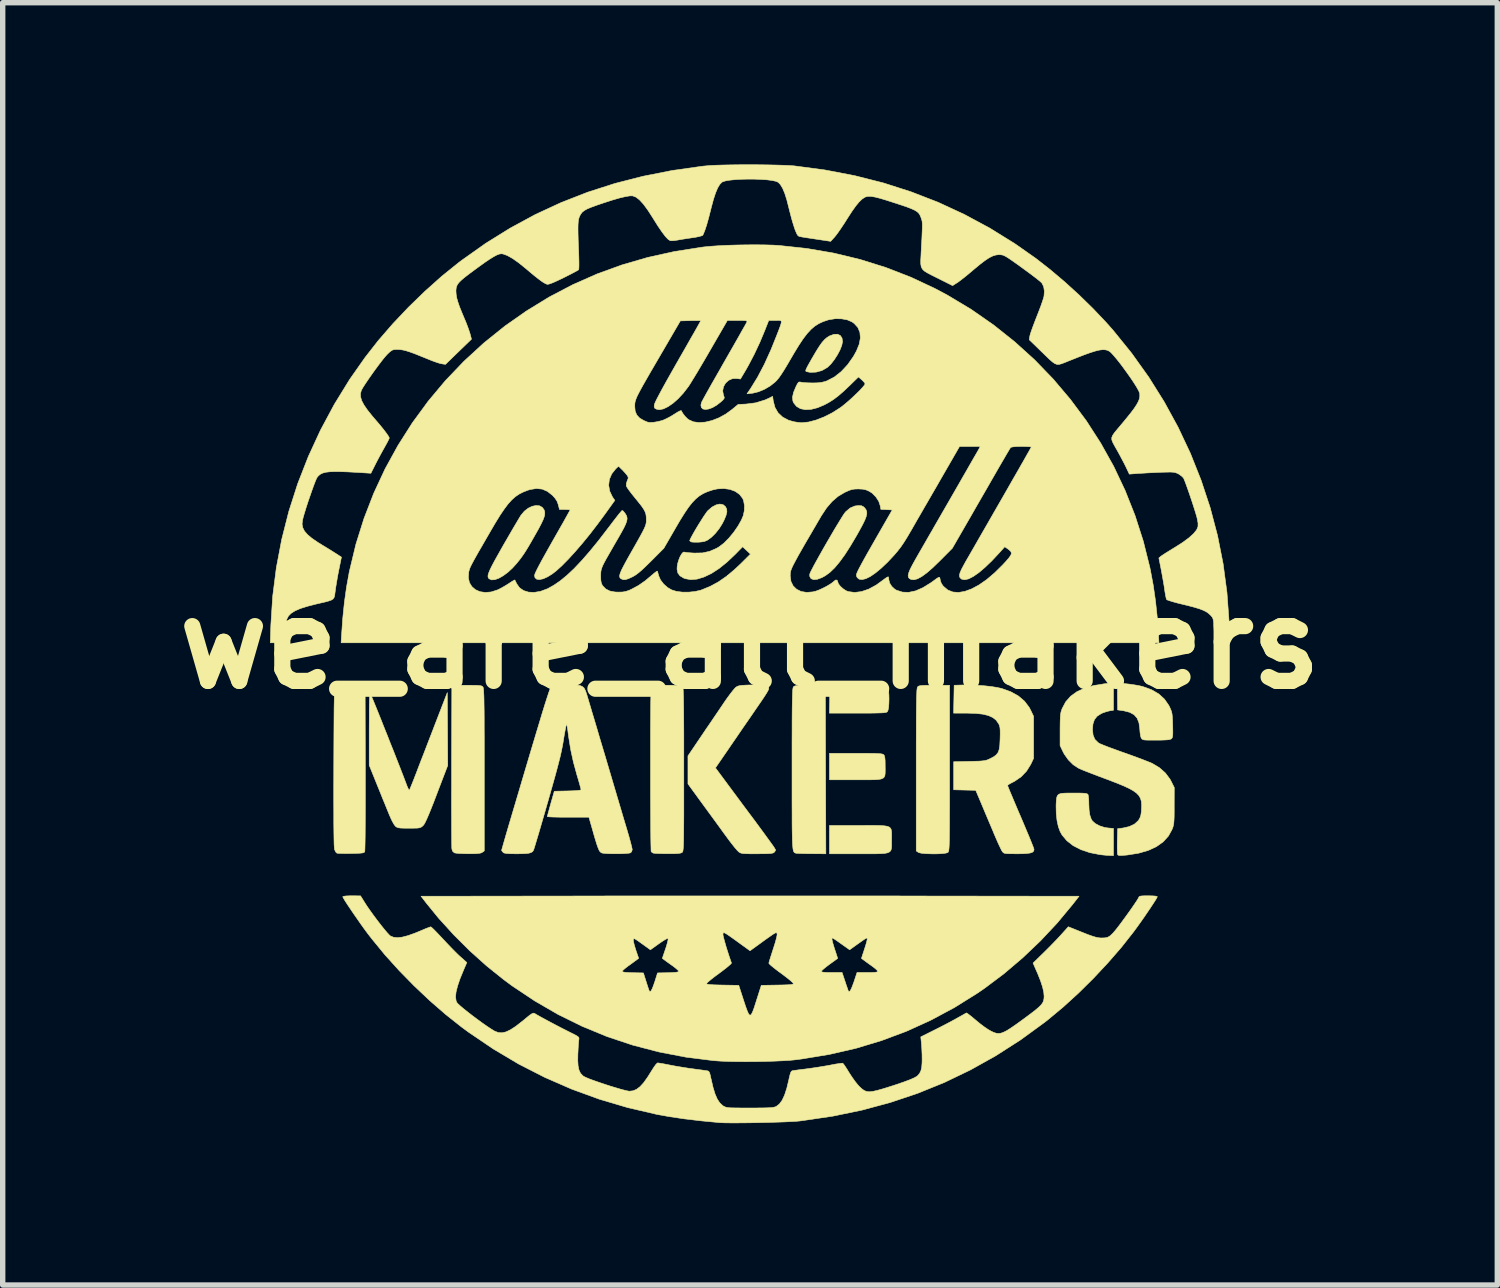
<source format=kicad_pcb>
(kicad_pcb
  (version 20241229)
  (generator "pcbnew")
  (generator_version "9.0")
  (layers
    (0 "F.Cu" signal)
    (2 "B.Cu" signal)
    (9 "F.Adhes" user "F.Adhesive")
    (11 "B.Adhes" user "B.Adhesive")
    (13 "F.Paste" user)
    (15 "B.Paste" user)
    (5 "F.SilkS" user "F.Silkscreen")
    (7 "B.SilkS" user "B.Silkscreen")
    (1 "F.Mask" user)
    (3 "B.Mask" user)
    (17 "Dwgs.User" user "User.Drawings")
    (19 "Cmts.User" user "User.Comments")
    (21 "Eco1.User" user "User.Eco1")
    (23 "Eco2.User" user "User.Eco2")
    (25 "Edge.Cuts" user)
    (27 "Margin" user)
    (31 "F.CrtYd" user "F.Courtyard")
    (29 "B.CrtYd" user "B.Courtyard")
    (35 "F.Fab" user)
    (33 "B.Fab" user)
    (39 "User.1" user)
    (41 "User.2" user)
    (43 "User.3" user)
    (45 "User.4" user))
  (footprint "we_are_all_makers"
    (layer "F.Cu")
    (at 10.857 8.886)
    (property "Reference" "we_are_all_makers" (at 0 0 0) (layer "F.SilkS") (effects (font (size 1.524 1.524) (thickness 0.3))))
    (attr through_hole)
    (fp_poly (pts (xy 2.107 2.032) (xy 2.221 2.033) (xy 2.309 2.034) (xy 2.374 2.037) (xy 2.42 2.04) (xy 2.45 2.045) (xy 2.469 2.052) (xy 2.48 2.059) (xy 2.492 2.079) (xy 2.5 2.114) (xy 2.505 2.169) (xy 2.506 2.251) (xy 2.506 2.267) (xy 2.507 2.337) (xy 2.506 2.394) (xy 2.502 2.438) (xy 2.489 2.471) (xy 2.465 2.494) (xy 2.427 2.509) (xy 2.371 2.518) (xy 2.293 2.522) (xy 2.19 2.523) (xy 2.058 2.523) (xy 1.963 2.523) (xy 1.473 2.523) (xy 1.473 2.032) (xy 1.963 2.032) (xy 2.107 2.032)) (stroke (width 0.01) (type solid)) (fill yes) (layer "F.SilkS"))
    (fp_poly (pts (xy 2.411 3.371) (xy 2.488 3.376) (xy 2.545 3.385) (xy 2.583 3.4) (xy 2.607 3.423) (xy 2.62 3.454) (xy 2.625 3.496) (xy 2.626 3.549) (xy 2.625 3.616) (xy 2.625 3.636) (xy 2.625 3.704) (xy 2.625 3.759) (xy 2.621 3.802) (xy 2.61 3.835) (xy 2.588 3.859) (xy 2.553 3.876) (xy 2.501 3.887) (xy 2.428 3.892) (xy 2.332 3.895) (xy 2.21 3.895) (xy 2.058 3.895) (xy 2.015 3.895) (xy 1.473 3.895) (xy 1.473 3.37) (xy 2.023 3.37) (xy 2.182 3.369) (xy 2.31 3.369) (xy 2.411 3.371)) (stroke (width 0.01) (type solid)) (fill yes) (layer "F.SilkS"))
    (fp_poly (pts (xy 1.674 -5.715) (xy 1.706 -5.667) (xy 1.715 -5.601) (xy 1.701 -5.532) (xy 1.668 -5.447) (xy 1.62 -5.356) (xy 1.562 -5.266) (xy 1.5 -5.187) (xy 1.438 -5.127) (xy 1.432 -5.122) (xy 1.334 -5.066) (xy 1.225 -5.036) (xy 1.115 -5.032) (xy 1.053 -5.044) (xy 1.04 -5.049) (xy 1.033 -5.058) (xy 1.035 -5.075) (xy 1.047 -5.105) (xy 1.071 -5.152) (xy 1.109 -5.22) (xy 1.159 -5.308) (xy 1.228 -5.425) (xy 1.286 -5.517) (xy 1.335 -5.586) (xy 1.381 -5.638) (xy 1.425 -5.676) (xy 1.472 -5.706) (xy 1.477 -5.708) (xy 1.556 -5.737) (xy 1.623 -5.739) (xy 1.674 -5.715)) (stroke (width 0.01) (type solid)) (fill yes) (layer "F.SilkS"))
    (fp_poly (pts (xy 2.153 0.771) (xy 2.275 0.772) (xy 2.37 0.773) (xy 2.44 0.776) (xy 2.491 0.78) (xy 2.523 0.785) (xy 2.542 0.791) (xy 2.546 0.794) (xy 2.559 0.822) (xy 2.569 0.875) (xy 2.575 0.945) (xy 2.577 1.024) (xy 2.575 1.104) (xy 2.57 1.175) (xy 2.56 1.23) (xy 2.547 1.26) (xy 2.547 1.26) (xy 2.536 1.268) (xy 2.517 1.274) (xy 2.486 1.279) (xy 2.439 1.282) (xy 2.374 1.284) (xy 2.287 1.286) (xy 2.173 1.287) (xy 2.03 1.287) (xy 1.996 1.287) (xy 1.472 1.287) (xy 1.477 1.029) (xy 1.482 0.77) (xy 2 0.77) (xy 2.153 0.771)) (stroke (width 0.01) (type solid)) (fill yes) (layer "F.SilkS"))
    (fp_poly (pts (xy -0.499 -2.578) (xy -0.457 -2.544) (xy -0.434 -2.5) (xy -0.429 -2.447) (xy -0.445 -2.379) (xy -0.48 -2.294) (xy -0.513 -2.229) (xy -0.572 -2.135) (xy -0.642 -2.047) (xy -0.716 -1.974) (xy -0.788 -1.921) (xy -0.843 -1.897) (xy -0.896 -1.888) (xy -0.962 -1.882) (xy -1.028 -1.882) (xy -1.08 -1.886) (xy -1.096 -1.891) (xy -1.116 -1.907) (xy -1.118 -1.913) (xy -1.109 -1.937) (xy -1.085 -1.984) (xy -1.05 -2.048) (xy -1.007 -2.122) (xy -0.959 -2.202) (xy -0.91 -2.28) (xy -0.864 -2.353) (xy -0.823 -2.413) (xy -0.793 -2.455) (xy -0.782 -2.467) (xy -0.706 -2.533) (xy -0.63 -2.574) (xy -0.56 -2.59) (xy -0.499 -2.578)) (stroke (width 0.01) (type solid)) (fill yes) (layer "F.SilkS"))
    (fp_poly (pts (xy 2.068 -2.558) (xy 2.105 -2.539) (xy 2.13 -2.514) (xy 2.152 -2.483) (xy 2.164 -2.448) (xy 2.165 -2.407) (xy 2.153 -2.356) (xy 2.128 -2.291) (xy 2.087 -2.207) (xy 2.03 -2.102) (xy 1.979 -2.011) (xy 1.865 -1.818) (xy 1.76 -1.654) (xy 1.662 -1.519) (xy 1.57 -1.409) (xy 1.481 -1.323) (xy 1.394 -1.26) (xy 1.334 -1.227) (xy 1.248 -1.195) (xy 1.183 -1.188) (xy 1.135 -1.205) (xy 1.126 -1.214) (xy 1.106 -1.253) (xy 1.108 -1.293) (xy 1.119 -1.322) (xy 1.146 -1.376) (xy 1.185 -1.451) (xy 1.235 -1.542) (xy 1.293 -1.646) (xy 1.356 -1.758) (xy 1.422 -1.873) (xy 1.49 -1.989) (xy 1.555 -2.101) (xy 1.617 -2.204) (xy 1.672 -2.294) (xy 1.718 -2.368) (xy 1.753 -2.421) (xy 1.775 -2.448) (xy 1.857 -2.517) (xy 1.943 -2.554) (xy 2.014 -2.562) (xy 2.068 -2.558)) (stroke (width 0.01) (type solid)) (fill yes) (layer "F.SilkS"))
    (fp_poly (pts (xy 6.097 2.769) (xy 6.17 2.771) (xy 6.218 2.775) (xy 6.248 2.782) (xy 6.263 2.791) (xy 6.266 2.794) (xy 6.273 2.822) (xy 6.279 2.874) (xy 6.282 2.941) (xy 6.282 2.963) (xy 6.287 3.083) (xy 6.3 3.174) (xy 6.323 3.243) (xy 6.346 3.284) (xy 6.401 3.334) (xy 6.48 3.376) (xy 6.572 3.406) (xy 6.636 3.416) (xy 6.739 3.425) (xy 6.739 3.929) (xy 6.668 3.926) (xy 6.609 3.923) (xy 6.537 3.916) (xy 6.493 3.911) (xy 6.304 3.875) (xy 6.137 3.819) (xy 5.993 3.745) (xy 5.875 3.653) (xy 5.785 3.546) (xy 5.751 3.485) (xy 5.717 3.393) (xy 5.692 3.277) (xy 5.678 3.147) (xy 5.675 3.011) (xy 5.676 2.969) (xy 5.68 2.898) (xy 5.688 2.846) (xy 5.703 2.811) (xy 5.731 2.788) (xy 5.776 2.775) (xy 5.844 2.77) (xy 5.938 2.769) (xy 5.996 2.769) (xy 6.097 2.769)) (stroke (width 0.01) (type solid)) (fill yes) (layer "F.SilkS"))
    (fp_poly (pts (xy -3.902 -2.557) (xy -3.85 -2.527) (xy -3.817 -2.48) (xy -3.807 -2.445) (xy -3.806 -2.405) (xy -3.815 -2.358) (xy -3.837 -2.298) (xy -3.873 -2.222) (xy -3.924 -2.125) (xy -3.988 -2.012) (xy -4.053 -1.898) (xy -4.105 -1.808) (xy -4.149 -1.736) (xy -4.187 -1.676) (xy -4.223 -1.624) (xy -4.261 -1.572) (xy -4.305 -1.517) (xy -4.32 -1.498) (xy -4.403 -1.405) (xy -4.49 -1.325) (xy -4.576 -1.261) (xy -4.658 -1.214) (xy -4.732 -1.188) (xy -4.793 -1.184) (xy -4.838 -1.204) (xy -4.84 -1.206) (xy -4.853 -1.223) (xy -4.859 -1.245) (xy -4.857 -1.275) (xy -4.845 -1.314) (xy -4.823 -1.368) (xy -4.789 -1.438) (xy -4.742 -1.527) (xy -4.68 -1.638) (xy -4.603 -1.775) (xy -4.578 -1.819) (xy -4.508 -1.94) (xy -4.442 -2.054) (xy -4.381 -2.159) (xy -4.328 -2.248) (xy -4.286 -2.319) (xy -4.257 -2.367) (xy -4.246 -2.384) (xy -4.185 -2.457) (xy -4.114 -2.512) (xy -4.04 -2.548) (xy -3.968 -2.563) (xy -3.902 -2.557)) (stroke (width 0.01) (type solid)) (fill yes) (layer "F.SilkS"))
    (fp_poly (pts (xy 1.401 2.333) (xy 1.406 3.895) (xy 1.139 3.893) (xy 1.046 3.892) (xy 0.963 3.89) (xy 0.898 3.888) (xy 0.857 3.885) (xy 0.847 3.883) (xy 0.835 3.879) (xy 0.825 3.873) (xy 0.816 3.865) (xy 0.808 3.851) (xy 0.802 3.83) (xy 0.796 3.799) (xy 0.792 3.756) (xy 0.788 3.701) (xy 0.785 3.629) (xy 0.783 3.539) (xy 0.781 3.43) (xy 0.78 3.299) (xy 0.78 3.143) (xy 0.779 2.962) (xy 0.779 2.752) (xy 0.779 2.511) (xy 0.779 2.328) (xy 0.779 2.064) (xy 0.779 1.832) (xy 0.78 1.629) (xy 0.78 1.455) (xy 0.781 1.306) (xy 0.782 1.181) (xy 0.784 1.078) (xy 0.786 0.995) (xy 0.788 0.93) (xy 0.79 0.88) (xy 0.793 0.845) (xy 0.797 0.821) (xy 0.801 0.807) (xy 0.803 0.803) (xy 0.814 0.791) (xy 0.831 0.783) (xy 0.858 0.777) (xy 0.901 0.773) (xy 0.965 0.771) (xy 1.056 0.771) (xy 1.112 0.77) (xy 1.397 0.77) (xy 1.401 2.333)) (stroke (width 0.01) (type solid)) (fill yes) (layer "F.SilkS"))
    (fp_poly (pts (xy -5.149 0.771) (xy -5.074 0.772) (xy -5.022 0.775) (xy -4.989 0.78) (xy -4.969 0.787) (xy -4.956 0.798) (xy -4.952 0.803) (xy -4.947 0.813) (xy -4.944 0.832) (xy -4.94 0.862) (xy -4.938 0.904) (xy -4.935 0.962) (xy -4.933 1.036) (xy -4.932 1.129) (xy -4.93 1.243) (xy -4.929 1.38) (xy -4.929 1.541) (xy -4.928 1.73) (xy -4.928 1.947) (xy -4.928 2.195) (xy -4.928 2.339) (xy -4.928 3.842) (xy -4.965 3.868) (xy -4.989 3.88) (xy -5.026 3.887) (xy -5.082 3.892) (xy -5.163 3.894) (xy -5.223 3.894) (xy -5.31 3.892) (xy -5.386 3.889) (xy -5.445 3.884) (xy -5.479 3.878) (xy -5.481 3.878) (xy -5.515 3.847) (xy -5.528 3.807) (xy -5.53 3.782) (xy -5.531 3.725) (xy -5.532 3.64) (xy -5.533 3.529) (xy -5.534 3.394) (xy -5.534 3.237) (xy -5.535 3.063) (xy -5.535 2.872) (xy -5.534 2.667) (xy -5.534 2.452) (xy -5.534 2.261) (xy -5.529 0.77) (xy -5.252 0.77) (xy -5.149 0.771)) (stroke (width 0.01) (type solid)) (fill yes) (layer "F.SilkS"))
    (fp_poly (pts (xy 3.7 2.309) (xy 3.7 2.572) (xy 3.7 2.803) (xy 3.7 3.004) (xy 3.699 3.178) (xy 3.699 3.327) (xy 3.698 3.452) (xy 3.697 3.555) (xy 3.696 3.64) (xy 3.694 3.707) (xy 3.692 3.759) (xy 3.689 3.798) (xy 3.686 3.826) (xy 3.682 3.845) (xy 3.678 3.857) (xy 3.673 3.865) (xy 3.668 3.87) (xy 3.667 3.871) (xy 3.634 3.882) (xy 3.575 3.89) (xy 3.498 3.895) (xy 3.412 3.897) (xy 3.324 3.895) (xy 3.242 3.891) (xy 3.175 3.884) (xy 3.13 3.873) (xy 3.12 3.868) (xy 3.082 3.842) (xy 3.082 2.339) (xy 3.082 2.074) (xy 3.082 1.841) (xy 3.083 1.637) (xy 3.083 1.462) (xy 3.084 1.312) (xy 3.085 1.186) (xy 3.087 1.083) (xy 3.088 0.999) (xy 3.091 0.933) (xy 3.093 0.882) (xy 3.096 0.846) (xy 3.1 0.822) (xy 3.104 0.808) (xy 3.106 0.803) (xy 3.117 0.791) (xy 3.134 0.783) (xy 3.161 0.777) (xy 3.204 0.773) (xy 3.268 0.771) (xy 3.359 0.771) (xy 3.415 0.77) (xy 3.7 0.77) (xy 3.7 2.309)) (stroke (width 0.01) (type solid)) (fill yes) (layer "F.SilkS"))
    (fp_poly (pts (xy 6.9 0.735) (xy 6.969 0.742) (xy 7.048 0.751) (xy 7.129 0.763) (xy 7.205 0.776) (xy 7.267 0.79) (xy 7.283 0.794) (xy 7.445 0.853) (xy 7.579 0.931) (xy 7.685 1.028) (xy 7.766 1.145) (xy 7.776 1.165) (xy 7.798 1.213) (xy 7.814 1.254) (xy 7.824 1.296) (xy 7.83 1.347) (xy 7.834 1.415) (xy 7.837 1.508) (xy 7.839 1.602) (xy 7.839 1.668) (xy 7.836 1.711) (xy 7.83 1.739) (xy 7.82 1.755) (xy 7.814 1.762) (xy 7.791 1.773) (xy 7.75 1.781) (xy 7.686 1.785) (xy 7.595 1.788) (xy 7.562 1.788) (xy 7.476 1.788) (xy 7.399 1.788) (xy 7.339 1.786) (xy 7.305 1.783) (xy 7.302 1.783) (xy 7.273 1.772) (xy 7.253 1.748) (xy 7.24 1.706) (xy 7.231 1.64) (xy 7.227 1.582) (xy 7.212 1.468) (xy 7.178 1.381) (xy 7.122 1.317) (xy 7.041 1.272) (xy 6.932 1.244) (xy 6.909 1.241) (xy 6.816 1.227) (xy 6.813 0.986) (xy 6.813 0.9) (xy 6.814 0.825) (xy 6.817 0.77) (xy 6.822 0.74) (xy 6.824 0.737) (xy 6.849 0.734) (xy 6.9 0.735)) (stroke (width 0.01) (type solid)) (fill yes) (layer "F.SilkS"))
    (fp_poly (pts (xy -7.133 2.303) (xy -7.133 2.572) (xy -7.133 2.82) (xy -7.133 3.044) (xy -7.134 3.244) (xy -7.135 3.419) (xy -7.136 3.566) (xy -7.138 3.685) (xy -7.14 3.775) (xy -7.142 3.834) (xy -7.145 3.86) (xy -7.145 3.861) (xy -7.159 3.871) (xy -7.186 3.879) (xy -7.233 3.884) (xy -7.303 3.887) (xy -7.395 3.889) (xy -7.483 3.89) (xy -7.56 3.889) (xy -7.619 3.887) (xy -7.654 3.884) (xy -7.658 3.884) (xy -7.681 3.863) (xy -7.702 3.82) (xy -7.705 3.809) (xy -7.708 3.779) (xy -7.712 3.716) (xy -7.714 3.621) (xy -7.716 3.493) (xy -7.718 3.332) (xy -7.718 3.139) (xy -7.719 2.912) (xy -7.719 2.651) (xy -7.718 2.357) (xy -7.718 2.287) (xy -7.717 2.031) (xy -7.716 1.807) (xy -7.715 1.612) (xy -7.714 1.444) (xy -7.713 1.302) (xy -7.712 1.183) (xy -7.71 1.085) (xy -7.709 1.006) (xy -7.706 0.944) (xy -7.704 0.896) (xy -7.701 0.861) (xy -7.697 0.836) (xy -7.693 0.819) (xy -7.689 0.808) (xy -7.683 0.801) (xy -7.683 0.801) (xy -7.667 0.789) (xy -7.644 0.781) (xy -7.608 0.775) (xy -7.554 0.772) (xy -7.476 0.771) (xy -7.395 0.77) (xy -7.137 0.77) (xy -7.133 2.303)) (stroke (width 0.01) (type solid)) (fill yes) (layer "F.SilkS"))
    (fp_poly (pts (xy -1.424 0.771) (xy -1.344 0.774) (xy -1.29 0.779) (xy -1.259 0.787) (xy -1.25 0.792) (xy -1.246 0.802) (xy -1.242 0.824) (xy -1.239 0.86) (xy -1.237 0.912) (xy -1.234 0.981) (xy -1.233 1.07) (xy -1.231 1.181) (xy -1.23 1.314) (xy -1.229 1.473) (xy -1.228 1.659) (xy -1.228 1.873) (xy -1.228 2.118) (xy -1.228 2.331) (xy -1.228 2.592) (xy -1.228 2.821) (xy -1.228 3.021) (xy -1.228 3.193) (xy -1.229 3.339) (xy -1.23 3.462) (xy -1.231 3.564) (xy -1.232 3.647) (xy -1.234 3.713) (xy -1.236 3.763) (xy -1.239 3.801) (xy -1.242 3.828) (xy -1.246 3.847) (xy -1.25 3.858) (xy -1.255 3.866) (xy -1.261 3.871) (xy -1.261 3.871) (xy -1.284 3.881) (xy -1.324 3.888) (xy -1.386 3.892) (xy -1.474 3.893) (xy -1.531 3.893) (xy -1.62 3.892) (xy -1.697 3.89) (xy -1.756 3.887) (xy -1.79 3.883) (xy -1.795 3.882) (xy -1.825 3.863) (xy -1.833 3.854) (xy -1.835 3.835) (xy -1.836 3.784) (xy -1.838 3.704) (xy -1.84 3.598) (xy -1.841 3.468) (xy -1.842 3.316) (xy -1.843 3.145) (xy -1.844 2.957) (xy -1.845 2.755) (xy -1.845 2.541) (xy -1.845 2.336) (xy -1.845 2.071) (xy -1.845 1.838) (xy -1.845 1.635) (xy -1.844 1.46) (xy -1.843 1.311) (xy -1.842 1.185) (xy -1.841 1.082) (xy -1.839 0.998) (xy -1.837 0.932) (xy -1.834 0.882) (xy -1.831 0.846) (xy -1.828 0.822) (xy -1.824 0.808) (xy -1.822 0.803) (xy -1.81 0.791) (xy -1.792 0.782) (xy -1.764 0.776) (xy -1.719 0.773) (xy -1.651 0.771) (xy -1.557 0.77) (xy -1.535 0.77) (xy -1.424 0.771)) (stroke (width 0.01) (type solid)) (fill yes) (layer "F.SilkS"))
    (fp_poly (pts (xy -5.609 1.581) (xy -5.605 2.256) (xy -5.81 2.792) (xy -5.869 2.947) (xy -5.919 3.073) (xy -5.96 3.173) (xy -5.993 3.249) (xy -6.02 3.306) (xy -6.041 3.345) (xy -6.059 3.369) (xy -6.064 3.374) (xy -6.086 3.393) (xy -6.107 3.406) (xy -6.135 3.414) (xy -6.177 3.419) (xy -6.238 3.42) (xy -6.324 3.421) (xy -6.413 3.42) (xy -6.475 3.418) (xy -6.516 3.413) (xy -6.544 3.405) (xy -6.565 3.392) (xy -6.577 3.382) (xy -6.6 3.351) (xy -6.632 3.296) (xy -6.666 3.224) (xy -6.694 3.158) (xy -6.724 3.085) (xy -6.763 2.988) (xy -6.809 2.877) (xy -6.857 2.757) (xy -6.905 2.639) (xy -6.916 2.612) (xy -7.061 2.253) (xy -7.061 1.571) (xy -7.06 1.4) (xy -7.06 1.259) (xy -7.059 1.148) (xy -7.057 1.062) (xy -7.055 0.999) (xy -7.052 0.957) (xy -7.049 0.934) (xy -7.044 0.925) (xy -7.039 0.929) (xy -7.037 0.931) (xy -7.026 0.957) (xy -7.004 1.01) (xy -6.972 1.087) (xy -6.932 1.185) (xy -6.886 1.299) (xy -6.835 1.426) (xy -6.781 1.563) (xy -6.724 1.704) (xy -6.668 1.848) (xy -6.611 1.989) (xy -6.558 2.125) (xy -6.508 2.252) (xy -6.464 2.365) (xy -6.427 2.461) (xy -6.398 2.537) (xy -6.378 2.589) (xy -6.376 2.596) (xy -6.353 2.655) (xy -6.333 2.697) (xy -6.32 2.715) (xy -6.317 2.715) (xy -6.307 2.695) (xy -6.288 2.649) (xy -6.261 2.583) (xy -6.229 2.503) (xy -6.211 2.455) (xy -6.183 2.384) (xy -6.146 2.286) (xy -6.1 2.166) (xy -6.047 2.031) (xy -5.991 1.885) (xy -5.932 1.732) (xy -5.873 1.58) (xy -5.865 1.558) (xy -5.613 0.906) (xy -5.609 1.581)) (stroke (width 0.01) (type solid)) (fill yes) (layer "F.SilkS"))
    (fp_poly (pts (xy 0.215 0.765) (xy 0.279 0.771) (xy 0.32 0.782) (xy 0.342 0.799) (xy 0.345 0.806) (xy 0.348 0.822) (xy 0.345 0.843) (xy 0.332 0.872) (xy 0.308 0.914) (xy 0.271 0.972) (xy 0.219 1.05) (xy 0.155 1.143) (xy 0.066 1.273) (xy -0.008 1.381) (xy -0.072 1.473) (xy -0.129 1.555) (xy -0.183 1.634) (xy -0.238 1.715) (xy -0.3 1.805) (xy -0.371 1.909) (xy -0.406 1.96) (xy -0.641 2.302) (xy -0.156 2.956) (xy -0.025 3.132) (xy 0.088 3.283) (xy 0.182 3.411) (xy 0.261 3.518) (xy 0.324 3.605) (xy 0.374 3.674) (xy 0.413 3.728) (xy 0.441 3.768) (xy 0.459 3.797) (xy 0.47 3.815) (xy 0.474 3.826) (xy 0.474 3.828) (xy 0.463 3.849) (xy 0.448 3.868) (xy 0.432 3.878) (xy 0.407 3.885) (xy 0.366 3.89) (xy 0.305 3.893) (xy 0.219 3.894) (xy 0.127 3.895) (xy 0.021 3.895) (xy -0.057 3.894) (xy -0.112 3.891) (xy -0.15 3.887) (xy -0.176 3.879) (xy -0.196 3.869) (xy -0.216 3.854) (xy -0.218 3.851) (xy -0.245 3.823) (xy -0.288 3.773) (xy -0.34 3.707) (xy -0.399 3.63) (xy -0.438 3.576) (xy -0.497 3.496) (xy -0.57 3.395) (xy -0.653 3.281) (xy -0.74 3.162) (xy -0.827 3.043) (xy -0.879 2.972) (xy -1.151 2.599) (xy -1.151 2.08) (xy -0.903 1.713) (xy -0.824 1.596) (xy -0.739 1.472) (xy -0.655 1.348) (xy -0.577 1.233) (xy -0.51 1.134) (xy -0.484 1.095) (xy -0.425 1.01) (xy -0.369 0.934) (xy -0.32 0.871) (xy -0.282 0.826) (xy -0.262 0.807) (xy -0.237 0.791) (xy -0.207 0.781) (xy -0.165 0.773) (xy -0.105 0.769) (xy -0.019 0.765) (xy 0.005 0.765) (xy 0.125 0.763) (xy 0.215 0.765)) (stroke (width 0.01) (type solid)) (fill yes) (layer "F.SilkS"))
    (fp_poly (pts (xy 4.211 0.77) (xy 4.347 0.78) (xy 4.475 0.794) (xy 4.586 0.812) (xy 4.667 0.83) (xy 4.836 0.891) (xy 4.976 0.969) (xy 5.089 1.065) (xy 5.176 1.18) (xy 5.205 1.235) (xy 5.258 1.346) (xy 5.258 2.125) (xy 5.204 2.239) (xy 5.128 2.361) (xy 5.027 2.467) (xy 4.906 2.55) (xy 4.876 2.566) (xy 4.825 2.592) (xy 4.788 2.615) (xy 4.775 2.628) (xy 4.782 2.646) (xy 4.8 2.692) (xy 4.829 2.762) (xy 4.867 2.852) (xy 4.912 2.959) (xy 4.963 3.08) (xy 5.019 3.21) (xy 5.021 3.214) (xy 5.077 3.346) (xy 5.128 3.468) (xy 5.174 3.577) (xy 5.212 3.67) (xy 5.241 3.743) (xy 5.26 3.793) (xy 5.266 3.814) (xy 5.266 3.815) (xy 5.26 3.844) (xy 5.238 3.865) (xy 5.197 3.88) (xy 5.133 3.889) (xy 5.042 3.894) (xy 4.95 3.895) (xy 4.856 3.894) (xy 4.789 3.893) (xy 4.744 3.89) (xy 4.715 3.884) (xy 4.697 3.874) (xy 4.683 3.86) (xy 4.678 3.854) (xy 4.662 3.827) (xy 4.636 3.773) (xy 4.601 3.699) (xy 4.562 3.61) (xy 4.52 3.512) (xy 4.513 3.494) (xy 4.464 3.378) (xy 4.411 3.253) (xy 4.359 3.13) (xy 4.313 3.02) (xy 4.282 2.946) (xy 4.185 2.718) (xy 3.98 2.713) (xy 3.776 2.708) (xy 3.776 2.188) (xy 4.068 2.182) (xy 4.175 2.179) (xy 4.255 2.177) (xy 4.313 2.172) (xy 4.357 2.166) (xy 4.392 2.157) (xy 4.426 2.143) (xy 4.457 2.128) (xy 4.522 2.094) (xy 4.568 2.058) (xy 4.6 2.016) (xy 4.62 1.96) (xy 4.631 1.885) (xy 4.636 1.783) (xy 4.637 1.757) (xy 4.639 1.666) (xy 4.638 1.601) (xy 4.634 1.555) (xy 4.626 1.521) (xy 4.614 1.491) (xy 4.606 1.478) (xy 4.561 1.415) (xy 4.499 1.367) (xy 4.419 1.331) (xy 4.316 1.306) (xy 4.187 1.292) (xy 4.03 1.287) (xy 4.018 1.287) (xy 3.775 1.287) (xy 3.78 1.029) (xy 3.785 0.77) (xy 3.954 0.765) (xy 4.077 0.765) (xy 4.211 0.77)) (stroke (width 0.01) (type solid)) (fill yes) (layer "F.SilkS"))
    (fp_poly (pts (xy 6.739 1.233) (xy 6.668 1.244) (xy 6.609 1.259) (xy 6.542 1.282) (xy 6.508 1.297) (xy 6.435 1.345) (xy 6.386 1.407) (xy 6.358 1.49) (xy 6.35 1.595) (xy 6.361 1.695) (xy 6.394 1.773) (xy 6.453 1.832) (xy 6.478 1.849) (xy 6.508 1.862) (xy 6.564 1.885) (xy 6.643 1.916) (xy 6.739 1.951) (xy 6.848 1.991) (xy 6.941 2.024) (xy 7.06 2.066) (xy 7.174 2.108) (xy 7.278 2.147) (xy 7.365 2.181) (xy 7.431 2.207) (xy 7.461 2.221) (xy 7.59 2.298) (xy 7.701 2.396) (xy 7.787 2.511) (xy 7.81 2.554) (xy 7.866 2.666) (xy 7.865 3.005) (xy 7.865 3.123) (xy 7.864 3.212) (xy 7.861 3.279) (xy 7.857 3.329) (xy 7.85 3.368) (xy 7.841 3.403) (xy 7.827 3.438) (xy 7.826 3.442) (xy 7.758 3.566) (xy 7.661 3.673) (xy 7.537 3.761) (xy 7.385 3.832) (xy 7.205 3.884) (xy 6.999 3.917) (xy 6.956 3.921) (xy 6.888 3.926) (xy 6.846 3.926) (xy 6.824 3.919) (xy 6.815 3.907) (xy 6.812 3.882) (xy 6.81 3.829) (xy 6.809 3.757) (xy 6.81 3.673) (xy 6.81 3.655) (xy 6.816 3.429) (xy 6.916 3.417) (xy 7.032 3.39) (xy 7.128 3.345) (xy 7.197 3.282) (xy 7.208 3.267) (xy 7.232 3.224) (xy 7.247 3.177) (xy 7.256 3.113) (xy 7.259 3.061) (xy 7.261 2.987) (xy 7.256 2.923) (xy 7.24 2.868) (xy 7.212 2.818) (xy 7.168 2.771) (xy 7.106 2.726) (xy 7.023 2.68) (xy 6.916 2.631) (xy 6.783 2.577) (xy 6.622 2.515) (xy 6.578 2.499) (xy 6.463 2.456) (xy 6.353 2.414) (xy 6.255 2.376) (xy 6.174 2.344) (xy 6.116 2.319) (xy 6.09 2.307) (xy 5.992 2.243) (xy 5.902 2.153) (xy 5.826 2.046) (xy 5.801 1.998) (xy 5.749 1.888) (xy 5.749 1.592) (xy 5.75 1.481) (xy 5.752 1.399) (xy 5.755 1.337) (xy 5.761 1.29) (xy 5.77 1.251) (xy 5.783 1.214) (xy 5.788 1.201) (xy 5.853 1.078) (xy 5.943 0.975) (xy 6.06 0.89) (xy 6.204 0.823) (xy 6.376 0.774) (xy 6.576 0.742) (xy 6.617 0.737) (xy 6.739 0.726) (xy 6.739 1.233)) (stroke (width 0.01) (type solid)) (fill yes) (layer "F.SilkS"))
    (fp_poly (pts (xy -3.22 0.765) (xy -3.156 0.774) (xy -3.111 0.792) (xy -3.078 0.821) (xy -3.054 0.864) (xy -3.033 0.923) (xy -3.024 0.951) (xy -3.012 0.993) (xy -2.991 1.063) (xy -2.962 1.16) (xy -2.927 1.279) (xy -2.885 1.418) (xy -2.839 1.572) (xy -2.79 1.74) (xy -2.737 1.917) (xy -2.682 2.1) (xy -2.627 2.286) (xy -2.572 2.472) (xy -2.518 2.654) (xy -2.466 2.83) (xy -2.417 2.995) (xy -2.372 3.147) (xy -2.332 3.282) (xy -2.297 3.397) (xy -2.276 3.469) (xy -2.247 3.568) (xy -2.222 3.659) (xy -2.202 3.735) (xy -2.189 3.79) (xy -2.184 3.819) (xy -2.184 3.819) (xy -2.197 3.858) (xy -2.217 3.877) (xy -2.247 3.884) (xy -2.303 3.889) (xy -2.377 3.893) (xy -2.461 3.894) (xy -2.547 3.894) (xy -2.628 3.892) (xy -2.694 3.888) (xy -2.739 3.882) (xy -2.748 3.879) (xy -2.767 3.869) (xy -2.784 3.853) (xy -2.8 3.826) (xy -2.818 3.783) (xy -2.84 3.722) (xy -2.866 3.638) (xy -2.899 3.527) (xy -2.913 3.476) (xy -2.987 3.217) (xy -3.373 3.217) (xy -3.483 3.217) (xy -3.581 3.215) (xy -3.662 3.213) (xy -3.721 3.21) (xy -3.754 3.207) (xy -3.759 3.205) (xy -3.754 3.185) (xy -3.742 3.138) (xy -3.724 3.072) (xy -3.702 2.991) (xy -3.694 2.963) (xy -3.629 2.735) (xy -3.381 2.73) (xy -3.281 2.727) (xy -3.204 2.722) (xy -3.154 2.716) (xy -3.133 2.709) (xy -3.133 2.708) (xy -3.137 2.687) (xy -3.15 2.639) (xy -3.169 2.571) (xy -3.193 2.488) (xy -3.209 2.435) (xy -3.275 2.194) (xy -3.325 1.965) (xy -3.362 1.734) (xy -3.37 1.676) (xy -3.379 1.604) (xy -3.389 1.542) (xy -3.396 1.501) (xy -3.399 1.49) (xy -3.404 1.498) (xy -3.414 1.534) (xy -3.426 1.595) (xy -3.441 1.675) (xy -3.457 1.77) (xy -3.457 1.774) (xy -3.47 1.851) (xy -3.484 1.926) (xy -3.5 2.004) (xy -3.519 2.089) (xy -3.543 2.184) (xy -3.571 2.292) (xy -3.605 2.419) (xy -3.646 2.566) (xy -3.695 2.739) (xy -3.752 2.94) (xy -3.753 2.942) (xy -3.8 3.107) (xy -3.845 3.262) (xy -3.887 3.406) (xy -3.924 3.533) (xy -3.957 3.642) (xy -3.983 3.729) (xy -4.002 3.791) (xy -4.013 3.825) (xy -4.015 3.83) (xy -4.033 3.855) (xy -4.06 3.872) (xy -4.101 3.884) (xy -4.162 3.891) (xy -4.248 3.894) (xy -4.324 3.895) (xy -4.421 3.894) (xy -4.489 3.891) (xy -4.535 3.886) (xy -4.564 3.879) (xy -4.579 3.868) (xy -4.601 3.842) (xy -4.606 3.83) (xy -4.601 3.811) (xy -4.588 3.765) (xy -4.568 3.694) (xy -4.542 3.604) (xy -4.512 3.5) (xy -4.481 3.395) (xy -4.38 3.054) (xy -4.288 2.744) (xy -4.205 2.463) (xy -4.13 2.211) (xy -4.063 1.985) (xy -4.003 1.785) (xy -3.95 1.608) (xy -3.903 1.453) (xy -3.863 1.319) (xy -3.828 1.205) (xy -3.798 1.108) (xy -3.772 1.028) (xy -3.751 0.963) (xy -3.734 0.911) (xy -3.72 0.871) (xy -3.709 0.842) (xy -3.7 0.822) (xy -3.694 0.809) (xy -3.69 0.804) (xy -3.673 0.791) (xy -3.65 0.781) (xy -3.614 0.774) (xy -3.561 0.77) (xy -3.483 0.766) (xy -3.423 0.765) (xy -3.307 0.763) (xy -3.22 0.765)) (stroke (width 0.01) (type solid)) (fill yes) (layer "F.SilkS"))
    (fp_poly (pts (xy 0.541 4.676) (xy 1.017 4.676) (xy 1.482 4.676) (xy 1.932 4.677) (xy 2.361 4.677) (xy 2.765 4.677) (xy 3.05 4.678) (xy 6.1 4.682) (xy 5.982 4.834) (xy 5.698 5.176) (xy 5.387 5.508) (xy 5.054 5.825) (xy 4.704 6.122) (xy 4.344 6.392) (xy 4.214 6.481) (xy 3.788 6.747) (xy 3.351 6.981) (xy 2.902 7.185) (xy 2.44 7.358) (xy 1.963 7.502) (xy 1.471 7.615) (xy 0.962 7.699) (xy 0.847 7.714) (xy 0.738 7.725) (xy 0.602 7.733) (xy 0.445 7.74) (xy 0.275 7.745) (xy 0.097 7.748) (xy -0.081 7.749) (xy -0.253 7.748) (xy -0.412 7.745) (xy -0.552 7.739) (xy -0.665 7.731) (xy -0.67 7.731) (xy -1.186 7.666) (xy -1.687 7.57) (xy -2.174 7.443) (xy -2.649 7.285) (xy -3.11 7.095) (xy -3.557 6.875) (xy -3.992 6.623) (xy -4.415 6.341) (xy -4.571 6.225) (xy -4.759 6.074) (xy -2.37 6.074) (xy -2.359 6.084) (xy -2.323 6.092) (xy -2.259 6.097) (xy -2.174 6.1) (xy -1.977 6.104) (xy -1.929 6.256) (xy -1.907 6.325) (xy -1.888 6.383) (xy -1.875 6.421) (xy -1.872 6.431) (xy -1.856 6.45) (xy -1.836 6.438) (xy -1.812 6.394) (xy -1.783 6.317) (xy -1.779 6.305) (xy -0.808 6.305) (xy -0.791 6.313) (xy -0.743 6.32) (xy -0.666 6.325) (xy -0.555 6.328) (xy -0.506 6.329) (xy -0.209 6.334) (xy -0.119 6.613) (xy -0.08 6.73) (xy -0.049 6.815) (xy -0.024 6.868) (xy -0.001 6.889) (xy 0.021 6.877) (xy 0.045 6.833) (xy 0.074 6.757) (xy 0.109 6.648) (xy 0.12 6.613) (xy 0.209 6.334) (xy 0.507 6.329) (xy 0.616 6.327) (xy 0.696 6.324) (xy 0.751 6.321) (xy 0.784 6.315) (xy 0.801 6.308) (xy 0.804 6.3) (xy 0.791 6.283) (xy 0.755 6.25) (xy 0.7 6.205) (xy 0.631 6.152) (xy 0.576 6.111) (xy 0.527 6.075) (xy 1.321 6.075) (xy 1.331 6.085) (xy 1.362 6.091) (xy 1.418 6.095) (xy 1.505 6.096) (xy 1.514 6.096) (xy 1.707 6.096) (xy 1.762 6.261) (xy 1.785 6.331) (xy 1.806 6.39) (xy 1.819 6.428) (xy 1.824 6.44) (xy 1.839 6.451) (xy 1.858 6.434) (xy 1.882 6.389) (xy 1.911 6.313) (xy 1.927 6.269) (xy 1.984 6.096) (xy 2.177 6.096) (xy 2.267 6.095) (xy 2.326 6.092) (xy 2.359 6.085) (xy 2.37 6.076) (xy 2.37 6.075) (xy 2.357 6.056) (xy 2.323 6.024) (xy 2.273 5.985) (xy 2.256 5.973) (xy 2.197 5.931) (xy 2.145 5.893) (xy 2.109 5.866) (xy 2.104 5.863) (xy 2.066 5.834) (xy 2.124 5.656) (xy 2.147 5.583) (xy 2.164 5.523) (xy 2.173 5.481) (xy 2.173 5.465) (xy 2.168 5.459) (xy 2.158 5.459) (xy 2.14 5.468) (xy 2.108 5.489) (xy 2.058 5.524) (xy 1.986 5.575) (xy 1.847 5.675) (xy 1.707 5.576) (xy 1.634 5.524) (xy 1.584 5.489) (xy 1.552 5.469) (xy 1.534 5.459) (xy 1.524 5.459) (xy 1.519 5.464) (xy 1.518 5.465) (xy 1.52 5.486) (xy 1.53 5.532) (xy 1.548 5.595) (xy 1.567 5.656) (xy 1.591 5.728) (xy 1.609 5.785) (xy 1.622 5.823) (xy 1.625 5.834) (xy 1.613 5.844) (xy 1.578 5.869) (xy 1.527 5.906) (xy 1.474 5.944) (xy 1.413 5.99) (xy 1.363 6.031) (xy 1.331 6.061) (xy 1.321 6.075) (xy 0.527 6.075) (xy 0.5 6.055) (xy 0.435 6.004) (xy 0.385 5.963) (xy 0.355 5.934) (xy 0.349 5.924) (xy 0.354 5.901) (xy 0.369 5.851) (xy 0.391 5.782) (xy 0.417 5.7) (xy 0.432 5.654) (xy 0.462 5.559) (xy 0.485 5.478) (xy 0.499 5.418) (xy 0.503 5.382) (xy 0.502 5.378) (xy 0.492 5.359) (xy 0.477 5.359) (xy 0.444 5.377) (xy 0.44 5.379) (xy 0.408 5.4) (xy 0.355 5.437) (xy 0.288 5.484) (xy 0.214 5.538) (xy 0.195 5.552) (xy 0 5.693) (xy -0.195 5.552) (xy -0.269 5.498) (xy -0.339 5.448) (xy -0.396 5.408) (xy -0.434 5.383) (xy -0.44 5.379) (xy -0.475 5.36) (xy -0.491 5.358) (xy -0.501 5.375) (xy -0.502 5.378) (xy -0.501 5.402) (xy -0.49 5.452) (xy -0.471 5.522) (xy -0.447 5.606) (xy -0.419 5.697) (xy -0.389 5.79) (xy -0.359 5.878) (xy -0.344 5.92) (xy -0.354 5.936) (xy -0.389 5.968) (xy -0.442 6.012) (xy -0.51 6.064) (xy -0.575 6.113) (xy -0.653 6.17) (xy -0.719 6.222) (xy -0.77 6.264) (xy -0.8 6.293) (xy -0.808 6.305) (xy -1.779 6.305) (xy -1.768 6.273) (xy -1.715 6.104) (xy -1.518 6.1) (xy -1.425 6.096) (xy -1.364 6.091) (xy -1.33 6.083) (xy -1.321 6.074) (xy -1.334 6.056) (xy -1.369 6.024) (xy -1.418 5.985) (xy -1.435 5.973) (xy -1.494 5.931) (xy -1.547 5.893) (xy -1.583 5.866) (xy -1.588 5.863) (xy -1.626 5.833) (xy -1.592 5.732) (xy -1.555 5.623) (xy -1.532 5.544) (xy -1.52 5.492) (xy -1.52 5.466) (xy -1.523 5.462) (xy -1.541 5.468) (xy -1.581 5.49) (xy -1.636 5.525) (xy -1.692 5.564) (xy -1.847 5.675) (xy -2.003 5.563) (xy -2.07 5.515) (xy -2.115 5.485) (xy -2.142 5.47) (xy -2.156 5.47) (xy -2.162 5.481) (xy -2.164 5.489) (xy -2.161 5.522) (xy -2.148 5.578) (xy -2.128 5.646) (xy -2.117 5.681) (xy -2.065 5.833) (xy -2.104 5.863) (xy -2.136 5.886) (xy -2.186 5.923) (xy -2.244 5.965) (xy -2.256 5.973) (xy -2.308 6.013) (xy -2.348 6.047) (xy -2.369 6.07) (xy -2.37 6.074) (xy -4.759 6.074) (xy -4.886 5.972) (xy -5.197 5.693) (xy -5.495 5.396) (xy -5.774 5.089) (xy -6.002 4.809) (xy -6.1 4.682) (xy -3.05 4.678) (xy -2.668 4.677) (xy -2.257 4.677) (xy -1.822 4.677) (xy -1.368 4.676) (xy -0.9 4.676) (xy -0.422 4.676) (xy 0.06 4.676) (xy 0.541 4.676)) (stroke (width 0.01) (type solid)) (fill yes) (layer "F.SilkS"))
    (fp_poly (pts (xy 7.458 4.675) (xy 7.515 4.679) (xy 7.547 4.686) (xy 7.552 4.69) (xy 7.543 4.711) (xy 7.517 4.755) (xy 7.477 4.817) (xy 7.427 4.893) (xy 7.369 4.979) (xy 7.307 5.07) (xy 7.243 5.161) (xy 7.181 5.248) (xy 7.123 5.327) (xy 7.112 5.342) (xy 6.885 5.63) (xy 6.634 5.919) (xy 6.366 6.205) (xy 6.088 6.48) (xy 5.805 6.738) (xy 5.525 6.971) (xy 5.461 7.021) (xy 5.014 7.347) (xy 4.555 7.641) (xy 4.086 7.903) (xy 3.604 8.135) (xy 3.109 8.336) (xy 2.599 8.507) (xy 2.075 8.648) (xy 1.534 8.76) (xy 0.977 8.842) (xy 0.914 8.85) (xy 0.847 8.856) (xy 0.752 8.861) (xy 0.634 8.867) (xy 0.5 8.871) (xy 0.354 8.876) (xy 0.202 8.879) (xy 0.049 8.882) (xy -0.099 8.884) (xy -0.237 8.885) (xy -0.359 8.885) (xy -0.461 8.884) (xy -0.536 8.881) (xy -0.559 8.88) (xy -0.904 8.847) (xy -1.217 8.81) (xy -1.5 8.768) (xy -1.727 8.727) (xy -2.268 8.601) (xy -2.795 8.445) (xy -3.308 8.258) (xy -3.807 8.04) (xy -4.292 7.792) (xy -4.763 7.512) (xy -5.22 7.202) (xy -5.349 7.107) (xy -5.642 6.875) (xy -5.938 6.618) (xy -6.228 6.344) (xy -6.507 6.059) (xy -6.769 5.769) (xy -7.007 5.479) (xy -7.093 5.368) (xy -7.152 5.288) (xy -7.216 5.199) (xy -7.281 5.105) (xy -7.346 5.012) (xy -7.407 4.922) (xy -7.461 4.842) (xy -7.505 4.774) (xy -7.536 4.723) (xy -7.551 4.694) (xy -7.552 4.69) (xy -7.536 4.683) (xy -7.491 4.677) (xy -7.423 4.674) (xy -7.387 4.674) (xy -7.222 4.675) (xy -7.151 4.789) (xy -7.103 4.864) (xy -7.044 4.949) (xy -6.979 5.039) (xy -6.911 5.13) (xy -6.844 5.217) (xy -6.782 5.294) (xy -6.729 5.357) (xy -6.688 5.401) (xy -6.666 5.42) (xy -6.608 5.443) (xy -6.536 5.45) (xy -6.448 5.44) (xy -6.341 5.412) (xy -6.21 5.365) (xy -6.091 5.316) (xy -6.024 5.287) (xy -5.967 5.265) (xy -5.93 5.252) (xy -5.919 5.249) (xy -5.903 5.261) (xy -5.867 5.294) (xy -5.817 5.345) (xy -5.757 5.408) (xy -5.698 5.471) (xy -5.621 5.553) (xy -5.542 5.636) (xy -5.467 5.712) (xy -5.403 5.775) (xy -5.373 5.802) (xy -5.251 5.911) (xy -5.311 6.05) (xy -5.377 6.211) (xy -5.423 6.347) (xy -5.451 6.459) (xy -5.46 6.549) (xy -5.45 6.62) (xy -5.438 6.65) (xy -5.416 6.676) (xy -5.37 6.718) (xy -5.307 6.771) (xy -5.229 6.833) (xy -5.143 6.9) (xy -5.053 6.967) (xy -4.964 7.032) (xy -4.88 7.091) (xy -4.806 7.14) (xy -4.748 7.176) (xy -4.729 7.186) (xy -4.665 7.21) (xy -4.598 7.214) (xy -4.524 7.197) (xy -4.442 7.158) (xy -4.346 7.096) (xy -4.233 7.008) (xy -4.206 6.987) (xy -4.134 6.927) (xy -4.083 6.886) (xy -4.047 6.862) (xy -4.023 6.851) (xy -4.005 6.851) (xy -3.99 6.858) (xy -3.944 6.885) (xy -3.875 6.924) (xy -3.788 6.971) (xy -3.691 7.023) (xy -3.591 7.076) (xy -3.493 7.127) (xy -3.404 7.172) (xy -3.355 7.197) (xy -3.276 7.236) (xy -3.223 7.264) (xy -3.19 7.285) (xy -3.175 7.302) (xy -3.171 7.319) (xy -3.173 7.335) (xy -3.177 7.369) (xy -3.182 7.428) (xy -3.187 7.505) (xy -3.191 7.592) (xy -3.192 7.597) (xy -3.194 7.726) (xy -3.188 7.826) (xy -3.172 7.903) (xy -3.145 7.961) (xy -3.106 8.005) (xy -3.084 8.022) (xy -3.046 8.041) (xy -2.982 8.068) (xy -2.898 8.099) (xy -2.8 8.133) (xy -2.694 8.169) (xy -2.586 8.204) (xy -2.482 8.235) (xy -2.388 8.263) (xy -2.31 8.283) (xy -2.255 8.295) (xy -2.233 8.297) (xy -2.166 8.289) (xy -2.102 8.261) (xy -2.038 8.212) (xy -1.971 8.138) (xy -1.899 8.037) (xy -1.827 7.922) (xy -1.784 7.854) (xy -1.747 7.803) (xy -1.72 7.776) (xy -1.712 7.772) (xy -1.685 7.776) (xy -1.633 7.784) (xy -1.563 7.797) (xy -1.482 7.813) (xy -1.482 7.813) (xy -1.376 7.833) (xy -1.255 7.853) (xy -1.135 7.872) (xy -1.067 7.881) (xy -0.981 7.893) (xy -0.903 7.903) (xy -0.841 7.912) (xy -0.804 7.917) (xy -0.804 7.917) (xy -0.779 7.922) (xy -0.762 7.934) (xy -0.749 7.958) (xy -0.737 8.002) (xy -0.722 8.072) (xy -0.721 8.073) (xy -0.686 8.225) (xy -0.649 8.347) (xy -0.608 8.442) (xy -0.562 8.512) (xy -0.51 8.561) (xy -0.496 8.571) (xy -0.476 8.582) (xy -0.455 8.591) (xy -0.429 8.598) (xy -0.393 8.603) (xy -0.344 8.606) (xy -0.275 8.607) (xy -0.184 8.608) (xy -0.066 8.608) (xy -0.001 8.608) (xy 0.134 8.608) (xy 0.241 8.607) (xy 0.322 8.605) (xy 0.382 8.602) (xy 0.425 8.597) (xy 0.456 8.591) (xy 0.479 8.583) (xy 0.487 8.579) (xy 0.544 8.535) (xy 0.595 8.466) (xy 0.641 8.368) (xy 0.682 8.241) (xy 0.72 8.083) (xy 0.722 8.072) (xy 0.739 7.999) (xy 0.753 7.953) (xy 0.767 7.928) (xy 0.785 7.917) (xy 0.787 7.917) (xy 0.816 7.912) (xy 0.871 7.905) (xy 0.945 7.895) (xy 1.031 7.885) (xy 1.05 7.882) (xy 1.161 7.867) (xy 1.285 7.848) (xy 1.405 7.828) (xy 1.489 7.813) (xy 1.57 7.797) (xy 1.64 7.786) (xy 1.692 7.779) (xy 1.718 7.778) (xy 1.719 7.778) (xy 1.735 7.795) (xy 1.763 7.835) (xy 1.8 7.892) (xy 1.837 7.953) (xy 1.888 8.031) (xy 1.943 8.109) (xy 1.995 8.175) (xy 2.024 8.207) (xy 2.072 8.252) (xy 2.115 8.283) (xy 2.16 8.302) (xy 2.211 8.308) (xy 2.275 8.301) (xy 2.357 8.283) (xy 2.463 8.253) (xy 2.532 8.232) (xy 2.707 8.176) (xy 2.852 8.126) (xy 2.965 8.084) (xy 3.047 8.048) (xy 3.096 8.02) (xy 3.103 8.014) (xy 3.141 7.972) (xy 3.167 7.922) (xy 3.183 7.857) (xy 3.19 7.77) (xy 3.191 7.713) (xy 3.19 7.622) (xy 3.186 7.526) (xy 3.181 7.441) (xy 3.179 7.417) (xy 3.166 7.29) (xy 3.416 7.165) (xy 3.517 7.114) (xy 3.624 7.059) (xy 3.726 7.005) (xy 3.812 6.958) (xy 3.835 6.945) (xy 3.903 6.907) (xy 3.96 6.875) (xy 3.999 6.853) (xy 4.014 6.845) (xy 4.029 6.854) (xy 4.065 6.881) (xy 4.117 6.922) (xy 4.179 6.974) (xy 4.192 6.985) (xy 4.266 7.046) (xy 4.343 7.104) (xy 4.414 7.152) (xy 4.466 7.182) (xy 4.516 7.206) (xy 4.561 7.221) (xy 4.604 7.227) (xy 4.65 7.222) (xy 4.701 7.204) (xy 4.763 7.173) (xy 4.838 7.125) (xy 4.931 7.061) (xy 5.046 6.978) (xy 5.091 6.945) (xy 5.201 6.863) (xy 5.286 6.798) (xy 5.35 6.744) (xy 5.395 6.7) (xy 5.425 6.66) (xy 5.442 6.623) (xy 5.45 6.583) (xy 5.453 6.539) (xy 5.453 6.539) (xy 5.446 6.459) (xy 5.424 6.364) (xy 5.387 6.251) (xy 5.333 6.115) (xy 5.31 6.063) (xy 5.248 5.921) (xy 5.432 5.742) (xy 5.513 5.662) (xy 5.601 5.573) (xy 5.684 5.487) (xy 5.754 5.412) (xy 5.76 5.405) (xy 5.902 5.248) (xy 6.159 5.351) (xy 6.265 5.393) (xy 6.346 5.422) (xy 6.409 5.441) (xy 6.461 5.452) (xy 6.507 5.456) (xy 6.515 5.456) (xy 6.583 5.454) (xy 6.634 5.442) (xy 6.679 5.415) (xy 6.727 5.369) (xy 6.761 5.33) (xy 6.801 5.281) (xy 6.851 5.216) (xy 6.908 5.139) (xy 6.969 5.056) (xy 7.03 4.971) (xy 7.087 4.89) (xy 7.136 4.818) (xy 7.175 4.76) (xy 7.199 4.72) (xy 7.205 4.708) (xy 7.213 4.692) (xy 7.228 4.682) (xy 7.258 4.677) (xy 7.308 4.674) (xy 7.384 4.674) (xy 7.458 4.675)) (stroke (width 0.01) (type solid)) (fill yes) (layer "F.SilkS"))
    (fp_poly (pts (xy 0.146 -8.881) (xy 0.311 -8.879) (xy 0.466 -8.876) (xy 0.604 -8.872) (xy 0.722 -8.867) (xy 0.813 -8.861) (xy 0.83 -8.859) (xy 1.393 -8.784) (xy 1.94 -8.679) (xy 2.47 -8.545) (xy 2.985 -8.38) (xy 3.486 -8.186) (xy 3.972 -7.961) (xy 4.446 -7.706) (xy 4.907 -7.42) (xy 5.301 -7.144) (xy 5.563 -6.939) (xy 5.832 -6.712) (xy 6.1 -6.468) (xy 6.358 -6.216) (xy 6.599 -5.962) (xy 6.733 -5.811) (xy 7.076 -5.387) (xy 7.392 -4.945) (xy 7.679 -4.487) (xy 7.937 -4.015) (xy 8.166 -3.529) (xy 8.364 -3.031) (xy 8.532 -2.523) (xy 8.668 -2.007) (xy 8.772 -1.483) (xy 8.843 -0.952) (xy 8.882 -0.418) (xy 8.884 -0.351) (xy 8.895 -0.017) (xy 8.619 -0.017) (xy 8.618 -0.064) (xy 8.616 -0.1) (xy 8.613 -0.16) (xy 8.608 -0.235) (xy 8.604 -0.292) (xy 8.598 -0.373) (xy 8.592 -0.429) (xy 8.583 -0.466) (xy 8.569 -0.494) (xy 8.548 -0.519) (xy 8.535 -0.532) (xy 8.498 -0.566) (xy 8.455 -0.595) (xy 8.399 -0.622) (xy 8.328 -0.649) (xy 8.235 -0.677) (xy 8.117 -0.708) (xy 8.03 -0.729) (xy 7.935 -0.752) (xy 7.851 -0.775) (xy 7.785 -0.795) (xy 7.741 -0.81) (xy 7.725 -0.818) (xy 7.716 -0.843) (xy 7.705 -0.893) (xy 7.694 -0.959) (xy 7.689 -0.991) (xy 7.678 -1.069) (xy 7.661 -1.168) (xy 7.642 -1.273) (xy 7.625 -1.367) (xy 7.581 -1.59) (xy 7.621 -1.624) (xy 7.65 -1.644) (xy 7.702 -1.678) (xy 7.77 -1.72) (xy 7.848 -1.768) (xy 7.882 -1.789) (xy 8.022 -1.878) (xy 8.136 -1.962) (xy 8.223 -2.04) (xy 8.28 -2.11) (xy 8.306 -2.171) (xy 8.306 -2.171) (xy 8.307 -2.238) (xy 8.289 -2.332) (xy 8.282 -2.358) (xy 8.258 -2.44) (xy 8.228 -2.535) (xy 8.195 -2.637) (xy 8.16 -2.741) (xy 8.126 -2.84) (xy 8.094 -2.93) (xy 8.067 -3.003) (xy 8.046 -3.054) (xy 8.036 -3.075) (xy 8.004 -3.107) (xy 7.957 -3.141) (xy 7.938 -3.152) (xy 7.909 -3.165) (xy 7.88 -3.175) (xy 7.846 -3.18) (xy 7.8 -3.183) (xy 7.736 -3.182) (xy 7.647 -3.18) (xy 7.595 -3.178) (xy 7.488 -3.173) (xy 7.38 -3.168) (xy 7.28 -3.162) (xy 7.201 -3.158) (xy 7.178 -3.156) (xy 7.033 -3.145) (xy 6.974 -3.27) (xy 6.942 -3.335) (xy 6.898 -3.418) (xy 6.85 -3.509) (xy 6.801 -3.597) (xy 6.8 -3.598) (xy 6.756 -3.676) (xy 6.725 -3.735) (xy 6.708 -3.781) (xy 6.707 -3.821) (xy 6.723 -3.862) (xy 6.756 -3.911) (xy 6.807 -3.973) (xy 6.866 -4.043) (xy 6.971 -4.169) (xy 7.055 -4.273) (xy 7.12 -4.359) (xy 7.167 -4.43) (xy 7.2 -4.49) (xy 7.219 -4.54) (xy 7.227 -4.586) (xy 7.226 -4.629) (xy 7.223 -4.648) (xy 7.208 -4.687) (xy 7.175 -4.747) (xy 7.128 -4.823) (xy 7.07 -4.911) (xy 7.004 -5.005) (xy 6.935 -5.1) (xy 6.867 -5.192) (xy 6.801 -5.275) (xy 6.743 -5.344) (xy 6.696 -5.395) (xy 6.666 -5.421) (xy 6.629 -5.44) (xy 6.588 -5.45) (xy 6.539 -5.452) (xy 6.478 -5.445) (xy 6.404 -5.427) (xy 6.311 -5.398) (xy 6.197 -5.357) (xy 6.058 -5.303) (xy 5.91 -5.244) (xy 5.834 -5.213) (xy 5.776 -5.191) (xy 5.73 -5.179) (xy 5.689 -5.18) (xy 5.65 -5.195) (xy 5.606 -5.226) (xy 5.551 -5.274) (xy 5.48 -5.343) (xy 5.421 -5.4) (xy 5.177 -5.637) (xy 5.188 -5.706) (xy 5.198 -5.744) (xy 5.219 -5.807) (xy 5.248 -5.887) (xy 5.283 -5.98) (xy 5.317 -6.067) (xy 5.356 -6.166) (xy 5.392 -6.261) (xy 5.421 -6.344) (xy 5.442 -6.409) (xy 5.451 -6.444) (xy 5.458 -6.537) (xy 5.445 -6.62) (xy 5.413 -6.685) (xy 5.407 -6.692) (xy 5.378 -6.719) (xy 5.324 -6.763) (xy 5.251 -6.819) (xy 5.163 -6.885) (xy 5.063 -6.958) (xy 4.957 -7.035) (xy 4.879 -7.09) (xy 4.804 -7.142) (xy 4.75 -7.176) (xy 4.709 -7.198) (xy 4.675 -7.209) (xy 4.64 -7.213) (xy 4.615 -7.214) (xy 4.56 -7.208) (xy 4.501 -7.19) (xy 4.435 -7.157) (xy 4.359 -7.107) (xy 4.267 -7.037) (xy 4.157 -6.946) (xy 4.123 -6.917) (xy 4.047 -6.853) (xy 3.972 -6.792) (xy 3.905 -6.74) (xy 3.854 -6.702) (xy 3.841 -6.694) (xy 3.756 -6.64) (xy 3.47 -6.783) (xy 3.366 -6.835) (xy 3.288 -6.876) (xy 3.232 -6.911) (xy 3.196 -6.947) (xy 3.175 -6.988) (xy 3.166 -7.039) (xy 3.165 -7.107) (xy 3.17 -7.197) (xy 3.172 -7.246) (xy 3.18 -7.399) (xy 3.187 -7.522) (xy 3.191 -7.619) (xy 3.194 -7.694) (xy 3.195 -7.75) (xy 3.194 -7.793) (xy 3.192 -7.824) (xy 3.187 -7.849) (xy 3.181 -7.871) (xy 3.173 -7.894) (xy 3.171 -7.899) (xy 3.157 -7.935) (xy 3.141 -7.965) (xy 3.12 -7.992) (xy 3.089 -8.017) (xy 3.046 -8.042) (xy 2.988 -8.068) (xy 2.91 -8.098) (xy 2.811 -8.132) (xy 2.685 -8.173) (xy 2.533 -8.222) (xy 2.41 -8.259) (xy 2.314 -8.283) (xy 2.239 -8.295) (xy 2.182 -8.294) (xy 2.138 -8.283) (xy 2.128 -8.278) (xy 2.078 -8.245) (xy 2.023 -8.192) (xy 1.961 -8.117) (xy 1.89 -8.017) (xy 1.808 -7.89) (xy 1.801 -7.879) (xy 1.744 -7.789) (xy 1.686 -7.702) (xy 1.634 -7.627) (xy 1.591 -7.569) (xy 1.568 -7.541) (xy 1.495 -7.461) (xy 1.243 -7.499) (xy 1.15 -7.513) (xy 1.064 -7.526) (xy 0.994 -7.537) (xy 0.947 -7.545) (xy 0.936 -7.547) (xy 0.908 -7.554) (xy 0.887 -7.569) (xy 0.868 -7.599) (xy 0.846 -7.65) (xy 0.832 -7.685) (xy 0.811 -7.749) (xy 0.784 -7.836) (xy 0.757 -7.936) (xy 0.73 -8.04) (xy 0.721 -8.077) (xy 0.682 -8.231) (xy 0.643 -8.354) (xy 0.603 -8.448) (xy 0.562 -8.515) (xy 0.521 -8.557) (xy 0.478 -8.575) (xy 0.407 -8.59) (xy 0.315 -8.602) (xy 0.207 -8.609) (xy 0.088 -8.614) (xy -0.035 -8.615) (xy -0.156 -8.612) (xy -0.269 -8.606) (xy -0.369 -8.596) (xy -0.45 -8.583) (xy -0.505 -8.566) (xy -0.52 -8.558) (xy -0.561 -8.516) (xy -0.6 -8.451) (xy -0.638 -8.361) (xy -0.677 -8.243) (xy -0.717 -8.094) (xy -0.726 -8.058) (xy -0.766 -7.901) (xy -0.802 -7.772) (xy -0.835 -7.671) (xy -0.863 -7.601) (xy -0.877 -7.573) (xy -0.899 -7.563) (xy -0.947 -7.55) (xy -1.014 -7.536) (xy -1.076 -7.527) (xy -1.163 -7.514) (xy -1.248 -7.501) (xy -1.319 -7.489) (xy -1.352 -7.483) (xy -1.41 -7.474) (xy -1.461 -7.472) (xy -1.48 -7.474) (xy -1.517 -7.497) (xy -1.568 -7.55) (xy -1.631 -7.633) (xy -1.707 -7.744) (xy -1.795 -7.884) (xy -1.804 -7.899) (xy -1.895 -8.04) (xy -1.976 -8.15) (xy -2.049 -8.23) (xy -2.115 -8.281) (xy -2.176 -8.304) (xy -2.177 -8.305) (xy -2.231 -8.304) (xy -2.313 -8.29) (xy -2.423 -8.264) (xy -2.557 -8.225) (xy -2.715 -8.174) (xy -2.847 -8.129) (xy -2.948 -8.092) (xy -3.022 -8.061) (xy -3.074 -8.031) (xy -3.112 -8.001) (xy -3.139 -7.965) (xy -3.157 -7.932) (xy -3.169 -7.903) (xy -3.179 -7.869) (xy -3.185 -7.826) (xy -3.189 -7.769) (xy -3.19 -7.696) (xy -3.189 -7.601) (xy -3.186 -7.483) (xy -3.18 -7.336) (xy -3.177 -7.264) (xy -3.174 -7.164) (xy -3.172 -7.075) (xy -3.172 -7.004) (xy -3.174 -6.955) (xy -3.178 -6.934) (xy -3.197 -6.922) (xy -3.242 -6.897) (xy -3.306 -6.863) (xy -3.385 -6.823) (xy -3.46 -6.785) (xy -3.569 -6.733) (xy -3.651 -6.696) (xy -3.71 -6.674) (xy -3.748 -6.664) (xy -3.765 -6.665) (xy -3.801 -6.681) (xy -3.848 -6.709) (xy -3.91 -6.754) (xy -3.988 -6.815) (xy -4.087 -6.897) (xy -4.149 -6.95) (xy -4.285 -7.06) (xy -4.402 -7.143) (xy -4.5 -7.198) (xy -4.579 -7.227) (xy -4.614 -7.231) (xy -4.649 -7.225) (xy -4.693 -7.209) (xy -4.751 -7.178) (xy -4.824 -7.133) (xy -4.916 -7.071) (xy -5.029 -6.99) (xy -5.105 -6.934) (xy -5.213 -6.854) (xy -5.296 -6.79) (xy -5.357 -6.738) (xy -5.4 -6.694) (xy -5.428 -6.655) (xy -5.444 -6.617) (xy -5.451 -6.576) (xy -5.453 -6.538) (xy -5.449 -6.479) (xy -5.439 -6.415) (xy -5.418 -6.341) (xy -5.388 -6.252) (xy -5.344 -6.143) (xy -5.302 -6.043) (xy -5.266 -5.957) (xy -5.233 -5.871) (xy -5.207 -5.796) (xy -5.191 -5.747) (xy -5.165 -5.647) (xy -5.406 -5.414) (xy -5.647 -5.18) (xy -5.715 -5.19) (xy -5.758 -5.2) (xy -5.823 -5.221) (xy -5.9 -5.249) (xy -5.969 -5.277) (xy -6.105 -5.332) (xy -6.214 -5.376) (xy -6.302 -5.408) (xy -6.374 -5.431) (xy -6.435 -5.446) (xy -6.488 -5.454) (xy -6.541 -5.456) (xy -6.595 -5.455) (xy -6.633 -5.444) (xy -6.678 -5.413) (xy -6.73 -5.363) (xy -6.771 -5.317) (xy -6.824 -5.251) (xy -6.885 -5.171) (xy -6.951 -5.082) (xy -7.016 -4.991) (xy -7.078 -4.902) (xy -7.133 -4.821) (xy -7.176 -4.754) (xy -7.202 -4.707) (xy -7.207 -4.698) (xy -7.223 -4.639) (xy -7.221 -4.577) (xy -7.201 -4.508) (xy -7.159 -4.428) (xy -7.096 -4.336) (xy -7.009 -4.227) (xy -6.949 -4.157) (xy -6.871 -4.066) (xy -6.803 -3.983) (xy -6.749 -3.912) (xy -6.71 -3.857) (xy -6.691 -3.822) (xy -6.689 -3.814) (xy -6.697 -3.793) (xy -6.718 -3.75) (xy -6.75 -3.691) (xy -6.784 -3.63) (xy -6.833 -3.542) (xy -6.886 -3.444) (xy -6.934 -3.352) (xy -6.954 -3.312) (xy -7.03 -3.161) (xy -7.287 -3.177) (xy -7.456 -3.186) (xy -7.596 -3.191) (xy -7.708 -3.192) (xy -7.798 -3.188) (xy -7.869 -3.179) (xy -7.924 -3.164) (xy -7.967 -3.143) (xy -8.001 -3.115) (xy -8.024 -3.089) (xy -8.04 -3.06) (xy -8.063 -3.005) (xy -8.092 -2.929) (xy -8.125 -2.837) (xy -8.16 -2.736) (xy -8.196 -2.632) (xy -8.229 -2.53) (xy -8.258 -2.436) (xy -8.282 -2.355) (xy -8.297 -2.294) (xy -8.298 -2.29) (xy -8.306 -2.219) (xy -8.294 -2.153) (xy -8.262 -2.089) (xy -8.206 -2.024) (xy -8.125 -1.956) (xy -8.016 -1.881) (xy -7.929 -1.827) (xy -7.851 -1.78) (xy -7.77 -1.73) (xy -7.7 -1.686) (xy -7.678 -1.672) (xy -7.576 -1.606) (xy -7.622 -1.38) (xy -7.642 -1.278) (xy -7.661 -1.169) (xy -7.678 -1.067) (xy -7.689 -0.991) (xy -7.697 -0.931) (xy -7.703 -0.887) (xy -7.714 -0.854) (xy -7.733 -0.829) (xy -7.765 -0.809) (xy -7.813 -0.792) (xy -7.883 -0.773) (xy -7.979 -0.751) (xy -8.052 -0.734) (xy -8.21 -0.693) (xy -8.337 -0.653) (xy -8.436 -0.61) (xy -8.509 -0.564) (xy -8.559 -0.513) (xy -8.589 -0.455) (xy -8.601 -0.387) (xy -8.602 -0.364) (xy -8.604 -0.301) (xy -8.608 -0.222) (xy -8.613 -0.146) (xy -8.624 -0.017) (xy -8.895 -0.017) (xy -8.885 -0.343) (xy -8.851 -0.878) (xy -8.783 -1.41) (xy -8.683 -1.936) (xy -8.551 -2.456) (xy -8.387 -2.967) (xy -8.191 -3.469) (xy -7.965 -3.959) (xy -7.709 -4.437) (xy -7.424 -4.9) (xy -7.137 -5.309) (xy -6.894 -5.62) (xy -6.624 -5.932) (xy -6.333 -6.239) (xy -6.029 -6.534) (xy -5.718 -6.812) (xy -5.406 -7.064) (xy -5.342 -7.112) (xy -4.9 -7.425) (xy -4.447 -7.706) (xy -3.982 -7.958) (xy -3.505 -8.179) (xy -3.014 -8.371) (xy -2.507 -8.534) (xy -1.984 -8.668) (xy -1.442 -8.775) (xy -0.882 -8.854) (xy -0.83 -8.859) (xy -0.748 -8.866) (xy -0.638 -8.872) (xy -0.505 -8.876) (xy -0.354 -8.879) (xy -0.192 -8.881) (xy -0.023 -8.881) (xy 0.146 -8.881)) (stroke (width 0.01) (type solid)) (fill yes) (layer "F.SilkS"))
    (fp_poly (pts (xy 0.282 -7.395) (xy 0.43 -7.391) (xy 0.542 -7.384) (xy 1.053 -7.329) (xy 1.553 -7.243) (xy 2.042 -7.125) (xy 2.518 -6.976) (xy 2.982 -6.796) (xy 3.43 -6.586) (xy 3.666 -6.46) (xy 4.101 -6.199) (xy 4.514 -5.912) (xy 4.906 -5.6) (xy 5.275 -5.266) (xy 5.62 -4.909) (xy 5.94 -4.531) (xy 6.235 -4.135) (xy 6.503 -3.719) (xy 6.744 -3.287) (xy 6.956 -2.839) (xy 7.139 -2.377) (xy 7.292 -1.901) (xy 7.414 -1.413) (xy 7.425 -1.358) (xy 7.477 -1.081) (xy 7.518 -0.796) (xy 7.55 -0.496) (xy 7.573 -0.172) (xy 7.575 -0.14) (xy 7.582 -0.017) (xy -7.582 -0.017) (xy -7.575 -0.14) (xy -7.552 -0.467) (xy -7.521 -0.769) (xy -7.481 -1.055) (xy -7.45 -1.224) (xy -5.223 -1.224) (xy -5.203 -1.133) (xy -5.157 -1.059) (xy -5.091 -1.002) (xy -5.007 -0.965) (xy -4.909 -0.951) (xy -4.8 -0.96) (xy -4.685 -0.997) (xy -4.668 -1.004) (xy -4.604 -1.037) (xy -4.53 -1.08) (xy -4.47 -1.118) (xy -4.42 -1.151) (xy -4.381 -1.174) (xy -4.362 -1.183) (xy -4.361 -1.183) (xy -4.352 -1.165) (xy -4.334 -1.128) (xy -4.327 -1.113) (xy -4.274 -1.038) (xy -4.2 -0.986) (xy -4.108 -0.957) (xy -4.002 -0.952) (xy -3.886 -0.971) (xy -3.764 -1.016) (xy -3.754 -1.02) (xy -3.639 -1.084) (xy -3.519 -1.166) (xy -3.394 -1.269) (xy -3.262 -1.393) (xy -3.121 -1.542) (xy -2.97 -1.715) (xy -2.807 -1.915) (xy -2.631 -2.144) (xy -2.604 -2.179) (xy -2.539 -2.265) (xy -2.48 -2.341) (xy -2.431 -2.404) (xy -2.394 -2.448) (xy -2.373 -2.47) (xy -2.37 -2.472) (xy -2.352 -2.46) (xy -2.325 -2.428) (xy -2.317 -2.418) (xy -2.296 -2.384) (xy -2.283 -2.351) (xy -2.279 -2.315) (xy -2.287 -2.272) (xy -2.306 -2.218) (xy -2.339 -2.149) (xy -2.387 -2.06) (xy -2.451 -1.948) (xy -2.481 -1.897) (xy -2.558 -1.763) (xy -2.62 -1.655) (xy -2.669 -1.569) (xy -2.705 -1.502) (xy -2.732 -1.448) (xy -2.749 -1.405) (xy -2.76 -1.368) (xy -2.766 -1.335) (xy -2.768 -1.301) (xy -2.769 -1.262) (xy -2.769 -1.253) (xy -2.767 -1.181) (xy -2.759 -1.131) (xy -2.744 -1.094) (xy -2.731 -1.073) (xy -2.674 -1.015) (xy -2.599 -0.977) (xy -2.502 -0.959) (xy -2.438 -0.957) (xy -2.362 -0.959) (xy -2.302 -0.97) (xy -2.24 -0.991) (xy -2.195 -1.012) (xy -2.067 -1.081) (xy -1.941 -1.169) (xy -1.813 -1.277) (xy -1.768 -1.315) (xy -1.734 -1.34) (xy -1.717 -1.346) (xy -1.716 -1.345) (xy -1.71 -1.32) (xy -1.698 -1.276) (xy -1.694 -1.26) (xy -1.66 -1.183) (xy -1.602 -1.107) (xy -1.527 -1.041) (xy -1.453 -0.998) (xy -1.366 -0.971) (xy -1.258 -0.957) (xy -1.14 -0.956) (xy -1.022 -0.968) (xy -0.916 -0.992) (xy -0.897 -0.999) (xy -0.738 -1.064) (xy -0.587 -1.146) (xy -0.438 -1.249) (xy -0.429 -1.256) (xy 0.745 -1.256) (xy 0.759 -1.155) (xy 0.8 -1.072) (xy 0.864 -1.01) (xy 0.947 -0.969) (xy 1.048 -0.952) (xy 1.162 -0.961) (xy 1.22 -0.975) (xy 1.28 -0.997) (xy 1.352 -1.03) (xy 1.425 -1.068) (xy 1.49 -1.107) (xy 1.539 -1.142) (xy 1.557 -1.159) (xy 1.588 -1.182) (xy 1.614 -1.179) (xy 1.626 -1.151) (xy 1.626 -1.149) (xy 1.639 -1.111) (xy 1.675 -1.065) (xy 1.725 -1.02) (xy 1.779 -0.984) (xy 1.821 -0.967) (xy 1.94 -0.951) (xy 2.067 -0.967) (xy 2.202 -1.013) (xy 2.341 -1.089) (xy 2.466 -1.18) (xy 2.512 -1.214) (xy 2.547 -1.236) (xy 2.564 -1.241) (xy 2.571 -1.218) (xy 2.574 -1.185) (xy 2.589 -1.125) (xy 2.627 -1.064) (xy 2.683 -1.012) (xy 2.717 -0.992) (xy 2.826 -0.957) (xy 2.943 -0.953) (xy 3.07 -0.98) (xy 3.207 -1.04) (xy 3.354 -1.131) (xy 3.404 -1.167) (xy 3.46 -1.208) (xy 3.494 -1.229) (xy 3.513 -1.232) (xy 3.519 -1.222) (xy 3.532 -1.159) (xy 3.55 -1.114) (xy 3.58 -1.072) (xy 3.591 -1.06) (xy 3.669 -0.995) (xy 3.762 -0.959) (xy 3.867 -0.951) (xy 3.984 -0.971) (xy 4.112 -1.018) (xy 4.247 -1.091) (xy 4.389 -1.19) (xy 4.535 -1.314) (xy 4.686 -1.463) (xy 4.747 -1.529) (xy 4.803 -1.595) (xy 4.836 -1.642) (xy 4.847 -1.678) (xy 4.836 -1.709) (xy 4.804 -1.74) (xy 4.775 -1.762) (xy 4.723 -1.798) (xy 4.619 -1.682) (xy 4.482 -1.536) (xy 4.356 -1.415) (xy 4.242 -1.318) (xy 4.141 -1.248) (xy 4.054 -1.203) (xy 3.981 -1.186) (xy 3.925 -1.197) (xy 3.903 -1.214) (xy 3.886 -1.238) (xy 3.883 -1.272) (xy 3.894 -1.317) (xy 3.921 -1.379) (xy 3.965 -1.462) (xy 3.998 -1.522) (xy 4.14 -1.768) (xy 4.277 -2.007) (xy 4.409 -2.236) (xy 4.534 -2.454) (xy 4.652 -2.659) (xy 4.761 -2.849) (xy 4.86 -3.023) (xy 4.95 -3.179) (xy 5.028 -3.316) (xy 5.094 -3.431) (xy 5.146 -3.524) (xy 5.185 -3.592) (xy 5.208 -3.635) (xy 5.215 -3.649) (xy 5.2 -3.652) (xy 5.157 -3.655) (xy 5.094 -3.657) (xy 5.031 -3.658) (xy 4.935 -3.656) (xy 4.871 -3.65) (xy 4.836 -3.641) (xy 4.83 -3.636) (xy 4.818 -3.617) (xy 4.791 -3.572) (xy 4.751 -3.505) (xy 4.702 -3.42) (xy 4.644 -3.321) (xy 4.581 -3.212) (xy 4.56 -3.175) (xy 4.482 -3.04) (xy 4.393 -2.884) (xy 4.297 -2.718) (xy 4.2 -2.55) (xy 4.108 -2.389) (xy 4.029 -2.252) (xy 3.751 -1.77) (xy 3.514 -1.532) (xy 3.388 -1.41) (xy 3.28 -1.316) (xy 3.187 -1.248) (xy 3.109 -1.205) (xy 3.043 -1.186) (xy 2.988 -1.191) (xy 2.955 -1.208) (xy 2.937 -1.231) (xy 2.932 -1.264) (xy 2.942 -1.312) (xy 2.968 -1.378) (xy 3.012 -1.464) (xy 3.069 -1.566) (xy 3.116 -1.649) (xy 3.176 -1.753) (xy 3.243 -1.869) (xy 3.312 -1.99) (xy 3.38 -2.107) (xy 3.395 -2.134) (xy 3.535 -2.377) (xy 3.659 -2.592) (xy 3.768 -2.781) (xy 3.863 -2.946) (xy 3.944 -3.088) (xy 4.014 -3.209) (xy 4.072 -3.311) (xy 4.12 -3.395) (xy 4.159 -3.463) (xy 4.19 -3.516) (xy 4.213 -3.556) (xy 4.23 -3.586) (xy 4.241 -3.606) (xy 4.247 -3.618) (xy 4.248 -3.619) (xy 4.268 -3.658) (xy 3.885 -3.658) (xy 3.658 -3.264) (xy 3.588 -3.143) (xy 3.515 -3.016) (xy 3.444 -2.892) (xy 3.377 -2.777) (xy 3.321 -2.68) (xy 3.294 -2.633) (xy 3.238 -2.537) (xy 3.172 -2.422) (xy 3.101 -2.3) (xy 3.032 -2.179) (xy 2.988 -2.102) (xy 2.915 -1.978) (xy 2.852 -1.877) (xy 2.794 -1.792) (xy 2.734 -1.715) (xy 2.67 -1.64) (xy 2.548 -1.51) (xy 2.432 -1.4) (xy 2.325 -1.312) (xy 2.229 -1.246) (xy 2.145 -1.205) (xy 2.075 -1.189) (xy 2.021 -1.198) (xy 1.988 -1.227) (xy 1.975 -1.251) (xy 1.972 -1.274) (xy 1.98 -1.306) (xy 2.002 -1.355) (xy 2.012 -1.376) (xy 2.033 -1.416) (xy 2.068 -1.481) (xy 2.115 -1.567) (xy 2.172 -1.669) (xy 2.237 -1.783) (xy 2.306 -1.904) (xy 2.35 -1.981) (xy 2.637 -2.481) (xy 2.426 -2.491) (xy 2.415 -2.556) (xy 2.387 -2.64) (xy 2.334 -2.722) (xy 2.265 -2.792) (xy 2.21 -2.827) (xy 2.15 -2.853) (xy 2.089 -2.866) (xy 2.013 -2.87) (xy 2.006 -2.87) (xy 1.941 -2.868) (xy 1.889 -2.86) (xy 1.835 -2.842) (xy 1.768 -2.812) (xy 1.753 -2.805) (xy 1.631 -2.732) (xy 1.522 -2.638) (xy 1.42 -2.52) (xy 1.322 -2.372) (xy 1.311 -2.353) (xy 1.199 -2.161) (xy 1.103 -1.996) (xy 1.021 -1.856) (xy 0.953 -1.737) (xy 0.897 -1.639) (xy 0.853 -1.558) (xy 0.818 -1.492) (xy 0.791 -1.44) (xy 0.772 -1.397) (xy 0.759 -1.363) (xy 0.751 -1.335) (xy 0.747 -1.31) (xy 0.746 -1.286) (xy 0.745 -1.261) (xy 0.745 -1.256) (xy -0.429 -1.256) (xy -0.287 -1.375) (xy -0.169 -1.486) (xy 0.008 -1.662) (xy -0.064 -1.73) (xy -0.137 -1.798) (xy -0.276 -1.656) (xy -0.427 -1.513) (xy -0.574 -1.395) (xy -0.717 -1.302) (xy -0.854 -1.237) (xy -0.982 -1.198) (xy -1.099 -1.188) (xy -1.204 -1.207) (xy -1.231 -1.218) (xy -1.299 -1.259) (xy -1.338 -1.311) (xy -1.353 -1.38) (xy -1.351 -1.429) (xy -1.34 -1.493) (xy -1.32 -1.558) (xy -1.295 -1.619) (xy -1.266 -1.667) (xy -1.24 -1.696) (xy -1.22 -1.7) (xy -1.192 -1.694) (xy -1.14 -1.688) (xy -1.071 -1.683) (xy -1.033 -1.681) (xy -0.882 -1.684) (xy -0.749 -1.713) (xy -0.622 -1.768) (xy -0.572 -1.798) (xy -0.483 -1.866) (xy -0.391 -1.959) (xy -0.302 -2.067) (xy -0.222 -2.183) (xy -0.158 -2.297) (xy -0.126 -2.373) (xy -0.106 -2.465) (xy -0.103 -2.562) (xy -0.119 -2.651) (xy -0.135 -2.692) (xy -0.192 -2.767) (xy -0.273 -2.825) (xy -0.373 -2.862) (xy -0.486 -2.878) (xy -0.607 -2.871) (xy -0.695 -2.851) (xy -0.786 -2.821) (xy -0.865 -2.786) (xy -0.938 -2.742) (xy -1.006 -2.686) (xy -1.073 -2.616) (xy -1.143 -2.527) (xy -1.218 -2.416) (xy -1.302 -2.281) (xy -1.379 -2.149) (xy -1.598 -1.77) (xy -1.836 -1.531) (xy -1.929 -1.44) (xy -2.004 -1.369) (xy -2.066 -1.316) (xy -2.118 -1.277) (xy -2.166 -1.248) (xy -2.183 -1.239) (xy -2.256 -1.206) (xy -2.308 -1.189) (xy -2.349 -1.188) (xy -2.386 -1.202) (xy -2.389 -1.203) (xy -2.408 -1.218) (xy -2.418 -1.24) (xy -2.417 -1.272) (xy -2.403 -1.318) (xy -2.376 -1.38) (xy -2.334 -1.461) (xy -2.277 -1.566) (xy -2.224 -1.66) (xy -2.145 -1.799) (xy -2.081 -1.912) (xy -2.031 -2.002) (xy -1.992 -2.074) (xy -1.964 -2.13) (xy -1.945 -2.173) (xy -1.933 -2.208) (xy -1.926 -2.238) (xy -1.923 -2.266) (xy -1.923 -2.295) (xy -1.923 -2.31) (xy -1.925 -2.362) (xy -1.932 -2.407) (xy -1.948 -2.451) (xy -1.974 -2.499) (xy -2.015 -2.558) (xy -2.073 -2.631) (xy -2.132 -2.704) (xy -2.188 -2.773) (xy -2.237 -2.837) (xy -2.273 -2.888) (xy -2.292 -2.921) (xy -2.294 -2.926) (xy -2.294 -2.967) (xy -2.279 -3.016) (xy -2.276 -3.023) (xy -2.26 -3.063) (xy -2.26 -3.09) (xy -2.278 -3.122) (xy -2.283 -3.128) (xy -2.317 -3.169) (xy -2.361 -3.217) (xy -2.378 -3.233) (xy -2.438 -3.292) (xy -2.491 -3.242) (xy -2.564 -3.15) (xy -2.608 -3.048) (xy -2.621 -2.939) (xy -2.602 -2.83) (xy -2.552 -2.724) (xy -2.548 -2.718) (xy -2.507 -2.658) (xy -2.68 -2.417) (xy -2.823 -2.223) (xy -2.965 -2.038) (xy -3.106 -1.865) (xy -3.242 -1.707) (xy -3.37 -1.567) (xy -3.488 -1.447) (xy -3.593 -1.352) (xy -3.666 -1.295) (xy -3.755 -1.24) (xy -3.835 -1.204) (xy -3.903 -1.19) (xy -3.954 -1.196) (xy -3.987 -1.224) (xy -3.996 -1.267) (xy -3.987 -1.297) (xy -3.961 -1.355) (xy -3.917 -1.441) (xy -3.856 -1.555) (xy -3.778 -1.695) (xy -3.684 -1.862) (xy -3.666 -1.894) (xy -3.593 -2.022) (xy -3.526 -2.14) (xy -3.466 -2.245) (xy -3.416 -2.335) (xy -3.376 -2.407) (xy -3.349 -2.456) (xy -3.337 -2.479) (xy -3.336 -2.481) (xy -3.351 -2.485) (xy -3.391 -2.488) (xy -3.434 -2.489) (xy -3.533 -2.489) (xy -3.555 -2.577) (xy -3.577 -2.639) (xy -3.612 -2.694) (xy -3.664 -2.752) (xy -3.757 -2.825) (xy -3.854 -2.867) (xy -3.961 -2.878) (xy -4.079 -2.859) (xy -4.123 -2.845) (xy -4.207 -2.812) (xy -4.282 -2.774) (xy -4.351 -2.727) (xy -4.418 -2.667) (xy -4.486 -2.592) (xy -4.557 -2.497) (xy -4.635 -2.382) (xy -4.722 -2.241) (xy -4.796 -2.115) (xy -4.889 -1.954) (xy -4.966 -1.82) (xy -5.03 -1.71) (xy -5.081 -1.62) (xy -5.121 -1.548) (xy -5.151 -1.492) (xy -5.174 -1.447) (xy -5.19 -1.413) (xy -5.201 -1.385) (xy -5.208 -1.36) (xy -5.214 -1.337) (xy -5.216 -1.328) (xy -5.223 -1.224) (xy -7.45 -1.224) (xy -7.431 -1.332) (xy -7.425 -1.358) (xy -7.307 -1.848) (xy -7.157 -2.325) (xy -6.977 -2.79) (xy -6.767 -3.241) (xy -6.528 -3.676) (xy -6.262 -4.095) (xy -6.035 -4.404) (xy -2.138 -4.404) (xy -2.13 -4.315) (xy -2.101 -4.243) (xy -2.048 -4.185) (xy -1.967 -4.137) (xy -1.897 -4.108) (xy -1.851 -4.102) (xy -1.784 -4.106) (xy -1.708 -4.119) (xy -1.633 -4.138) (xy -1.607 -4.147) (xy -1.546 -4.175) (xy -1.472 -4.214) (xy -1.401 -4.258) (xy -1.396 -4.261) (xy -1.343 -4.295) (xy -1.301 -4.316) (xy -1.277 -4.323) (xy -1.274 -4.321) (xy -1.248 -4.273) (xy -1.206 -4.218) (xy -1.158 -4.17) (xy -1.137 -4.154) (xy -1.051 -4.115) (xy -0.947 -4.101) (xy -0.83 -4.109) (xy -0.704 -4.139) (xy -0.576 -4.189) (xy -0.449 -4.259) (xy -0.334 -4.343) (xy -0.22 -4.437) (xy -0.072 -4.444) (xy 0.106 -4.467) (xy 0.278 -4.52) (xy 0.358 -4.556) (xy 0.419 -4.587) (xy 0.431 -4.501) (xy 0.462 -4.382) (xy 0.52 -4.282) (xy 0.605 -4.202) (xy 0.715 -4.144) (xy 0.809 -4.117) (xy 0.875 -4.106) (xy 0.938 -4.099) (xy 0.962 -4.098) (xy 1.087 -4.111) (xy 1.227 -4.148) (xy 1.375 -4.206) (xy 1.524 -4.281) (xy 1.667 -4.372) (xy 1.702 -4.397) (xy 1.763 -4.446) (xy 1.831 -4.504) (xy 1.902 -4.568) (xy 1.971 -4.634) (xy 2.034 -4.696) (xy 2.084 -4.75) (xy 2.119 -4.792) (xy 2.133 -4.816) (xy 2.134 -4.817) (xy 2.122 -4.841) (xy 2.092 -4.875) (xy 2.072 -4.893) (xy 2.011 -4.947) (xy 1.848 -4.788) (xy 1.736 -4.682) (xy 1.638 -4.597) (xy 1.548 -4.529) (xy 1.458 -4.472) (xy 1.379 -4.43) (xy 1.252 -4.376) (xy 1.134 -4.346) (xy 1.027 -4.34) (xy 0.936 -4.358) (xy 0.863 -4.4) (xy 0.811 -4.464) (xy 0.795 -4.499) (xy 0.787 -4.57) (xy 0.807 -4.66) (xy 0.853 -4.77) (xy 0.858 -4.78) (xy 0.883 -4.827) (xy 0.902 -4.85) (xy 0.924 -4.854) (xy 0.953 -4.848) (xy 0.994 -4.842) (xy 1.058 -4.838) (xy 1.134 -4.836) (xy 1.168 -4.835) (xy 1.261 -4.838) (xy 1.332 -4.847) (xy 1.395 -4.863) (xy 1.428 -4.875) (xy 1.563 -4.945) (xy 1.691 -5.046) (xy 1.81 -5.174) (xy 1.917 -5.326) (xy 1.974 -5.429) (xy 2.025 -5.555) (xy 2.046 -5.67) (xy 2.037 -5.774) (xy 1.999 -5.864) (xy 1.931 -5.939) (xy 1.89 -5.968) (xy 1.802 -6.006) (xy 1.695 -6.025) (xy 1.578 -6.026) (xy 1.463 -6.008) (xy 1.446 -6.003) (xy 1.356 -5.973) (xy 1.276 -5.936) (xy 1.201 -5.889) (xy 1.13 -5.828) (xy 1.059 -5.751) (xy 0.985 -5.654) (xy 0.905 -5.534) (xy 0.816 -5.388) (xy 0.764 -5.299) (xy 0.69 -5.172) (xy 0.629 -5.071) (xy 0.578 -4.992) (xy 0.536 -4.932) (xy 0.498 -4.886) (xy 0.468 -4.855) (xy 0.374 -4.78) (xy 0.266 -4.717) (xy 0.155 -4.671) (xy 0.052 -4.646) (xy 0.043 -4.645) (xy -0.056 -4.634) (xy 0.012 -4.734) (xy 0.14 -4.942) (xy 0.266 -5.182) (xy 0.389 -5.453) (xy 0.491 -5.707) (xy 0.531 -5.81) (xy 0.559 -5.885) (xy 0.576 -5.937) (xy 0.581 -5.969) (xy 0.575 -5.987) (xy 0.556 -5.994) (xy 0.524 -5.995) (xy 0.479 -5.994) (xy 0.471 -5.994) (xy 0.347 -5.994) (xy 0.272 -5.804) (xy 0.18 -5.584) (xy 0.077 -5.365) (xy -0.03 -5.161) (xy -0.079 -5.074) (xy -0.178 -4.908) (xy -0.245 -4.918) (xy -0.326 -4.915) (xy -0.397 -4.884) (xy -0.454 -4.832) (xy -0.492 -4.765) (xy -0.507 -4.689) (xy -0.493 -4.61) (xy -0.487 -4.596) (xy -0.478 -4.569) (xy -0.481 -4.547) (xy -0.502 -4.52) (xy -0.542 -4.483) (xy -0.621 -4.422) (xy -0.697 -4.378) (xy -0.767 -4.352) (xy -0.828 -4.344) (xy -0.874 -4.353) (xy -0.903 -4.381) (xy -0.911 -4.426) (xy -0.899 -4.475) (xy -0.887 -4.499) (xy -0.86 -4.549) (xy -0.82 -4.622) (xy -0.768 -4.715) (xy -0.706 -4.825) (xy -0.635 -4.949) (xy -0.558 -5.084) (xy -0.477 -5.227) (xy -0.475 -5.23) (xy -0.394 -5.372) (xy -0.317 -5.506) (xy -0.247 -5.629) (xy -0.186 -5.737) (xy -0.135 -5.828) (xy -0.095 -5.898) (xy -0.069 -5.945) (xy -0.058 -5.966) (xy -0.058 -5.967) (xy -0.056 -5.979) (xy -0.067 -5.987) (xy -0.095 -5.992) (xy -0.146 -5.994) (xy -0.224 -5.994) (xy -0.234 -5.994) (xy -0.42 -5.994) (xy -0.746 -5.431) (xy -0.822 -5.3) (xy -0.896 -5.174) (xy -0.965 -5.057) (xy -1.028 -4.953) (xy -1.081 -4.866) (xy -1.122 -4.8) (xy -1.149 -4.76) (xy -1.15 -4.759) (xy -1.24 -4.643) (xy -1.334 -4.542) (xy -1.428 -4.459) (xy -1.52 -4.396) (xy -1.604 -4.355) (xy -1.679 -4.339) (xy -1.738 -4.35) (xy -1.767 -4.368) (xy -1.777 -4.393) (xy -1.774 -4.433) (xy -1.763 -4.464) (xy -1.735 -4.524) (xy -1.69 -4.61) (xy -1.629 -4.724) (xy -1.553 -4.862) (xy -1.461 -5.025) (xy -1.355 -5.212) (xy -1.34 -5.238) (xy -1.257 -5.383) (xy -1.179 -5.519) (xy -1.109 -5.643) (xy -1.046 -5.752) (xy -0.994 -5.844) (xy -0.954 -5.916) (xy -0.927 -5.964) (xy -0.915 -5.987) (xy -0.914 -5.988) (xy -0.93 -5.991) (xy -0.973 -5.992) (xy -1.036 -5.992) (xy -1.103 -5.991) (xy -1.292 -5.986) (xy -1.662 -5.351) (xy -1.764 -5.176) (xy -1.851 -5.027) (xy -1.922 -4.903) (xy -1.981 -4.8) (xy -2.028 -4.715) (xy -2.064 -4.647) (xy -2.092 -4.592) (xy -2.111 -4.547) (xy -2.124 -4.511) (xy -2.132 -4.48) (xy -2.136 -4.452) (xy -2.138 -4.425) (xy -2.138 -4.404) (xy -6.035 -4.404) (xy -5.969 -4.495) (xy -5.65 -4.876) (xy -5.305 -5.237) (xy -4.937 -5.575) (xy -4.545 -5.89) (xy -4.149 -6.168) (xy -3.723 -6.429) (xy -3.286 -6.658) (xy -2.835 -6.857) (xy -2.372 -7.025) (xy -1.893 -7.164) (xy -1.399 -7.273) (xy -0.888 -7.353) (xy -0.838 -7.359) (xy -0.721 -7.37) (xy -0.577 -7.38) (xy -0.413 -7.388) (xy -0.239 -7.393) (xy -0.06 -7.396) (xy 0.116 -7.397) (xy 0.282 -7.395)) (stroke (width 0.01) (type solid)) (fill yes) (layer "F.SilkS")))
  (gr_rect
    (start -3 -3)
    (end 24.713 20.777)
    (stroke (width 0.1) (type default))
    (fill no)
    (layer "Edge.Cuts")))
</source>
